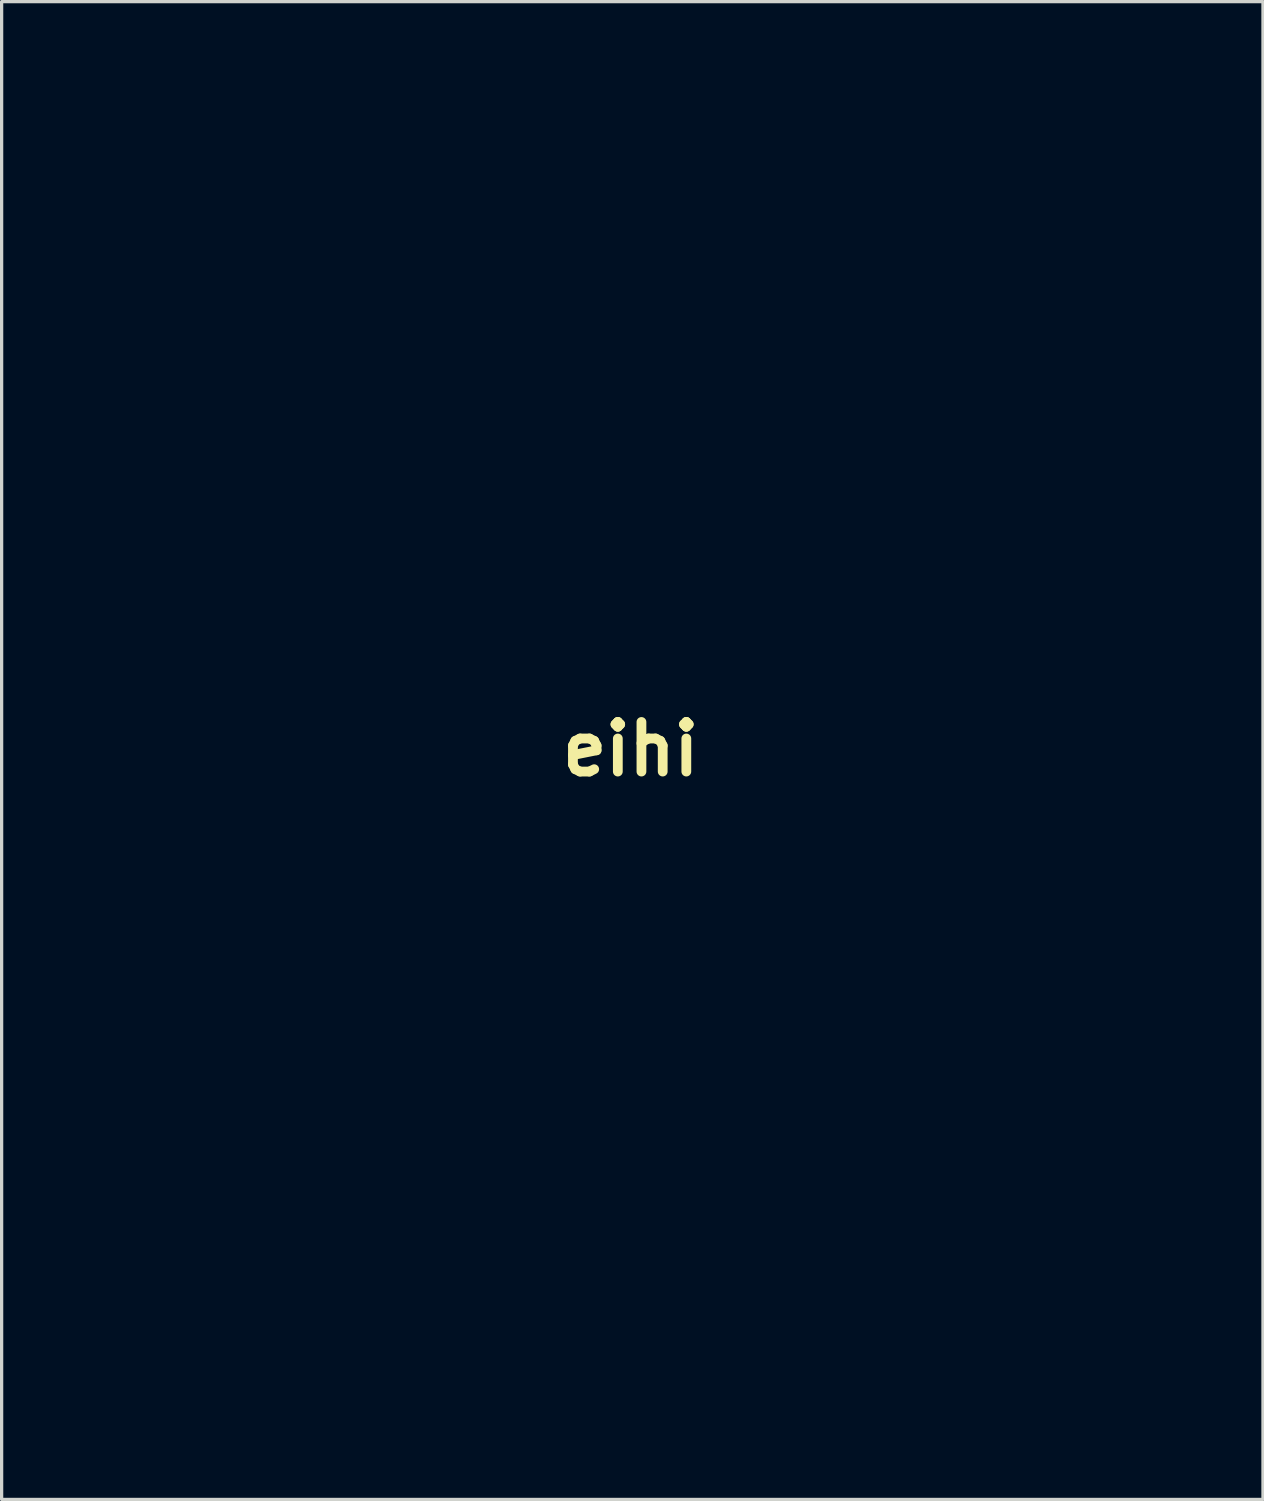
<source format=kicad_pcb>
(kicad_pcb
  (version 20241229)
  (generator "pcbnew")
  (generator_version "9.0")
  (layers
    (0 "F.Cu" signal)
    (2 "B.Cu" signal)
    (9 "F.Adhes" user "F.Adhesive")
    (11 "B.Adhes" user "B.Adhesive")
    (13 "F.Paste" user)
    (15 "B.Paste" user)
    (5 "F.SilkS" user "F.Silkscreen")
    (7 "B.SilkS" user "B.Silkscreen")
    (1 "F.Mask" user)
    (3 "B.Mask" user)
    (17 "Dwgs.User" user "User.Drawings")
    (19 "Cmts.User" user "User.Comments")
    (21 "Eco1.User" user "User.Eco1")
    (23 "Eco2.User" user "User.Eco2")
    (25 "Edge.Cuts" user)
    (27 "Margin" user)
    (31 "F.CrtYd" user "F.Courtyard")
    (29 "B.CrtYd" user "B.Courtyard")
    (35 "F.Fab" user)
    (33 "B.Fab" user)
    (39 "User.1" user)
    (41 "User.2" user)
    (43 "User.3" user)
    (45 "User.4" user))
  (footprint "eihi"
    (layer "F.Cu")
    (at 16.332 19.967)
    (property "Reference" "eihi" (at 0 0 0) (layer "F.SilkS") (effects (font (size 1.524 1.524) (thickness 0.3))))
    (attr through_hole)
    (fp_poly (pts (xy -8.721 -12.996) (xy -8.763 -12.954) (xy -8.805 -12.996) (xy -8.763 -13.039) (xy -8.721 -12.996)) (stroke (width 0.01) (type solid)) (fill no) (layer "Eco2.User"))
    (fp_poly (pts (xy -4.995 -8.34) (xy -5.038 -8.297) (xy -5.08 -8.34) (xy -5.038 -8.382) (xy -4.995 -8.34)) (stroke (width 0.01) (type solid)) (fill no) (layer "Eco2.User"))
    (fp_poly (pts (xy -3.133 -4.53) (xy -3.175 -4.487) (xy -3.217 -4.53) (xy -3.175 -4.572) (xy -3.133 -4.53)) (stroke (width 0.01) (type solid)) (fill no) (layer "Eco2.User"))
    (fp_poly (pts (xy -2.963 -6.308) (xy -3.006 -6.265) (xy -3.048 -6.308) (xy -3.006 -6.35) (xy -2.963 -6.308)) (stroke (width 0.01) (type solid)) (fill no) (layer "Eco2.User"))
    (fp_poly (pts (xy -0.423 -1.482) (xy -0.466 -1.439) (xy -0.508 -1.482) (xy -0.466 -1.524) (xy -0.423 -1.482)) (stroke (width 0.01) (type solid)) (fill no) (layer "Eco2.User"))
    (fp_poly (pts (xy 1.101 -3.26) (xy 1.058 -3.217) (xy 1.016 -3.26) (xy 1.058 -3.302) (xy 1.101 -3.26)) (stroke (width 0.01) (type solid)) (fill no) (layer "Eco2.User"))
    (fp_poly (pts (xy 4.403 -3.683) (xy 4.36 -3.641) (xy 4.318 -3.683) (xy 4.36 -3.725) (xy 4.403 -3.683)) (stroke (width 0.01) (type solid)) (fill no) (layer "Eco2.User"))
    (fp_poly (pts (xy 7.281 -5.63) (xy 7.239 -5.588) (xy 7.197 -5.63) (xy 7.239 -5.673) (xy 7.281 -5.63)) (stroke (width 0.01) (type solid)) (fill no) (layer "Eco2.User"))
    (fp_poly (pts (xy 7.705 3.514) (xy 7.662 3.556) (xy 7.62 3.514) (xy 7.662 3.471) (xy 7.705 3.514)) (stroke (width 0.01) (type solid)) (fill no) (layer "Eco2.User"))
    (fp_poly (pts (xy -7.564 -14.196) (xy -7.553 -14.095) (xy -7.564 -14.083) (xy -7.614 -14.095) (xy -7.62 -14.139) (xy -7.589 -14.209) (xy -7.564 -14.196)) (stroke (width 0.01) (type solid)) (fill no) (layer "Eco2.User"))
    (fp_poly (pts (xy -7.564 -13.18) (xy -7.553 -13.079) (xy -7.564 -13.067) (xy -7.614 -13.079) (xy -7.62 -13.123) (xy -7.589 -13.193) (xy -7.564 -13.18)) (stroke (width 0.01) (type solid)) (fill no) (layer "Eco2.User"))
    (fp_poly (pts (xy -7.394 4.516) (xy -7.384 4.616) (xy -7.394 4.628) (xy -7.445 4.617) (xy -7.451 4.572) (xy -7.42 4.502) (xy -7.394 4.516)) (stroke (width 0.01) (type solid)) (fill no) (layer "Eco2.User"))
    (fp_poly (pts (xy -4.685 4.939) (xy -4.675 5.039) (xy -4.685 5.052) (xy -4.735 5.04) (xy -4.741 4.995) (xy -4.71 4.926) (xy -4.685 4.939)) (stroke (width 0.01) (type solid)) (fill no) (layer "Eco2.User"))
    (fp_poly (pts (xy 3.951 -1.496) (xy 3.939 -1.445) (xy 3.895 -1.439) (xy 3.825 -1.47) (xy 3.838 -1.496) (xy 3.939 -1.506) (xy 3.951 -1.496)) (stroke (width 0.01) (type solid)) (fill no) (layer "Eco2.User"))
    (fp_poly (pts (xy 7.846 3.669) (xy 7.856 3.769) (xy 7.846 3.782) (xy 7.795 3.77) (xy 7.789 3.725) (xy 7.82 3.656) (xy 7.846 3.669)) (stroke (width 0.01) (type solid)) (fill no) (layer "Eco2.User"))
    (fp_poly (pts (xy 8.015 3.923) (xy 8.025 4.023) (xy 8.015 4.036) (xy 7.965 4.024) (xy 7.959 3.979) (xy 7.99 3.91) (xy 8.015 3.923)) (stroke (width 0.01) (type solid)) (fill no) (layer "Eco2.User"))
    (fp_poly (pts (xy 8.523 4.77) (xy 8.533 4.87) (xy 8.523 4.882) (xy 8.473 4.871) (xy 8.467 4.826) (xy 8.498 4.756) (xy 8.523 4.77)) (stroke (width 0.01) (type solid)) (fill no) (layer "Eco2.User"))
    (fp_poly (pts (xy -12.15 5.534) (xy -12.034 5.683) (xy -12.06 5.753) (xy -12.098 5.757) (xy -12.19 5.69) (xy -12.225 5.623) (xy -12.273 5.469) (xy -12.235 5.458) (xy -12.15 5.534)) (stroke (width 0.01) (type solid)) (fill no) (layer "Eco2.User"))
    (fp_poly (pts (xy -4.514 -3.789) (xy -4.5 -3.574) (xy -4.514 -3.493) (xy -4.538 -3.466) (xy -4.552 -3.583) (xy -4.552 -3.641) (xy -4.544 -3.795) (xy -4.522 -3.813) (xy -4.514 -3.789)) (stroke (width 0.01) (type solid)) (fill no) (layer "Eco2.User"))
    (fp_poly (pts (xy -3.759 -3.757) (xy -3.852 -3.641) (xy -3.98 -3.515) (xy -4.048 -3.471) (xy -4.031 -3.524) (xy -3.937 -3.641) (xy -3.81 -3.766) (xy -3.741 -3.81) (xy -3.759 -3.757)) (stroke (width 0.01) (type solid)) (fill no) (layer "Eco2.User"))
    (fp_poly (pts (xy -3.558 -1.46) (xy -3.556 -1.439) (xy -3.62 -1.357) (xy -3.641 -1.355) (xy -3.723 -1.419) (xy -3.725 -1.439) (xy -3.661 -1.522) (xy -3.641 -1.524) (xy -3.558 -1.46)) (stroke (width 0.01) (type solid)) (fill no) (layer "Eco2.User"))
    (fp_poly (pts (xy -3.39 -6.543) (xy -3.387 -6.519) (xy -3.416 -6.437) (xy -3.424 -6.435) (xy -3.496 -6.494) (xy -3.514 -6.519) (xy -3.507 -6.597) (xy -3.476 -6.604) (xy -3.39 -6.543)) (stroke (width 0.01) (type solid)) (fill no) (layer "Eco2.User"))
    (fp_poly (pts (xy -3.335 -7.07) (xy -3.344 -7.027) (xy -3.466 -6.95) (xy -3.524 -6.943) (xy -3.607 -6.985) (xy -3.598 -7.027) (xy -3.476 -7.104) (xy -3.419 -7.112) (xy -3.335 -7.07)) (stroke (width 0.01) (type solid)) (fill no) (layer "Eco2.User"))
    (fp_poly (pts (xy -2.99 -7.227) (xy -3.006 -7.197) (xy -3.085 -7.116) (xy -3.1 -7.112) (xy -3.106 -7.167) (xy -3.09 -7.197) (xy -3.011 -7.278) (xy -2.996 -7.281) (xy -2.99 -7.227)) (stroke (width 0.01) (type solid)) (fill no) (layer "Eco2.User"))
    (fp_poly (pts (xy -2.963 1.228) (xy -2.883 1.304) (xy -2.879 1.317) (xy -2.944 1.354) (xy -2.963 1.355) (xy -3.045 1.29) (xy -3.048 1.265) (xy -2.996 1.214) (xy -2.963 1.228)) (stroke (width 0.01) (type solid)) (fill no) (layer "Eco2.User"))
    (fp_poly (pts (xy -1.357 -3.492) (xy -1.355 -3.471) (xy -1.419 -3.389) (xy -1.439 -3.387) (xy -1.522 -3.451) (xy -1.524 -3.471) (xy -1.46 -3.554) (xy -1.439 -3.556) (xy -1.357 -3.492)) (stroke (width 0.01) (type solid)) (fill no) (layer "Eco2.User"))
    (fp_poly (pts (xy -1.245 2.771) (xy -1.228 2.794) (xy -1.247 2.866) (xy -1.307 2.879) (xy -1.423 2.834) (xy -1.439 2.794) (xy -1.379 2.712) (xy -1.36 2.709) (xy -1.245 2.771)) (stroke (width 0.01) (type solid)) (fill no) (layer "Eco2.User"))
    (fp_poly (pts (xy -0.974 2.933) (xy -0.862 2.993) (xy -0.847 3.015) (xy -0.916 3.044) (xy -0.974 3.048) (xy -1.086 3.004) (xy -1.101 2.966) (xy -1.039 2.919) (xy -0.974 2.933)) (stroke (width 0.01) (type solid)) (fill no) (layer "Eco2.User"))
    (fp_poly (pts (xy 0.07 -7.744) (xy 0.085 -7.705) (xy 0.016 -7.63) (xy -0.042 -7.62) (xy -0.155 -7.666) (xy -0.169 -7.705) (xy -0.101 -7.78) (xy -0.042 -7.789) (xy 0.07 -7.744)) (stroke (width 0.01) (type solid)) (fill no) (layer "Eco2.User"))
    (fp_poly (pts (xy 2.852 -7.745) (xy 2.805 -7.684) (xy 2.681 -7.552) (xy 2.626 -7.552) (xy 2.625 -7.567) (xy 2.683 -7.638) (xy 2.773 -7.715) (xy 2.873 -7.789) (xy 2.852 -7.745)) (stroke (width 0.01) (type solid)) (fill no) (layer "Eco2.User"))
    (fp_poly (pts (xy 3.069 -4.886) (xy 3.109 -4.865) (xy 3.003 -4.852) (xy 2.879 -4.849) (xy 2.696 -4.856) (xy 2.645 -4.873) (xy 2.688 -4.886) (xy 2.935 -4.9) (xy 3.069 -4.886)) (stroke (width 0.01) (type solid)) (fill no) (layer "Eco2.User"))
    (fp_poly (pts (xy 3.099 1.228) (xy 3.09 1.27) (xy 2.968 1.347) (xy 2.911 1.355) (xy 2.827 1.312) (xy 2.836 1.27) (xy 2.958 1.193) (xy 3.016 1.185) (xy 3.099 1.228)) (stroke (width 0.01) (type solid)) (fill no) (layer "Eco2.User"))
    (fp_poly (pts (xy 3.275 -8.073) (xy 3.26 -8.043) (xy 3.18 -7.962) (xy 3.165 -7.959) (xy 3.159 -8.013) (xy 3.175 -8.043) (xy 3.255 -8.124) (xy 3.27 -8.128) (xy 3.275 -8.073)) (stroke (width 0.01) (type solid)) (fill no) (layer "Eco2.User"))
    (fp_poly (pts (xy 3.541 -5.012) (xy 3.556 -4.953) (xy 3.504 -4.836) (xy 3.387 -4.857) (xy 3.358 -4.882) (xy 3.305 -5.006) (xy 3.393 -5.077) (xy 3.429 -5.08) (xy 3.541 -5.012)) (stroke (width 0.01) (type solid)) (fill no) (layer "Eco2.User"))
    (fp_poly (pts (xy 3.742 -0.032) (xy 3.766 0.047) (xy 3.713 0.094) (xy 3.544 0.161) (xy 3.416 0.147) (xy 3.387 0.094) (xy 3.456 0.000036) (xy 3.605 -0.052) (xy 3.742 -0.032)) (stroke (width 0.01) (type solid)) (fill no) (layer "Eco2.User"))
    (fp_poly (pts (xy 8.222 4.292) (xy 8.297 4.403) (xy 8.361 4.553) (xy 8.364 4.618) (xy 8.303 4.581) (xy 8.225 4.475) (xy 8.157 4.327) (xy 8.158 4.26) (xy 8.222 4.292)) (stroke (width 0.01) (type solid)) (fill no) (layer "Eco2.User"))
    (fp_poly (pts (xy 1.857 -4.872) (xy 1.943 -4.757) (xy 1.865 -4.63) (xy 1.77 -4.568) (xy 1.644 -4.515) (xy 1.628 -4.577) (xy 1.654 -4.671) (xy 1.718 -4.852) (xy 1.776 -4.906) (xy 1.857 -4.872)) (stroke (width 0.01) (type solid)) (fill no) (layer "Eco2.User"))
    (fp_poly (pts (xy -3.263 -4.35) (xy -3.346 -4.226) (xy -3.468 -4.077) (xy -3.591 -3.952) (xy -3.672 -3.899) (xy -3.687 -3.949) (xy -3.63 -4.043) (xy -3.413 -4.295) (xy -3.277 -4.4) (xy -3.259 -4.403) (xy -3.263 -4.35)) (stroke (width 0.01) (type solid)) (fill no) (layer "Eco2.User"))
    (fp_poly (pts (xy -2.452 -7.534) (xy -2.652 -7.378) (xy -2.796 -7.294) (xy -2.86 -7.291) (xy -2.818 -7.379) (xy -2.795 -7.407) (xy -2.648 -7.529) (xy -2.435 -7.654) (xy -2.425 -7.659) (xy -2.159 -7.786) (xy -2.452 -7.534)) (stroke (width 0.01) (type solid)) (fill no) (layer "Eco2.User"))
    (fp_poly (pts (xy 2.029 -5.694) (xy 2.029 -5.673) (xy 1.985 -5.491) (xy 1.947 -5.419) (xy 1.881 -5.334) (xy 1.865 -5.397) (xy 1.865 -5.419) (xy 1.91 -5.6) (xy 1.947 -5.673) (xy 2.013 -5.757) (xy 2.029 -5.694)) (stroke (width 0.01) (type solid)) (fill no) (layer "Eco2.User"))
    (fp_poly (pts (xy 5.814 -0.496) (xy 5.841 -0.445) (xy 5.772 -0.37) (xy 5.612 -0.276) (xy 5.429 -0.197) (xy 5.304 -0.169) (xy 5.293 -0.221) (xy 5.376 -0.339) (xy 5.526 -0.45) (xy 5.691 -0.507) (xy 5.814 -0.496)) (stroke (width 0.01) (type solid)) (fill no) (layer "Eco2.User"))
    (fp_poly (pts (xy -11.68 4.73) (xy -11.549 4.865) (xy -11.48 4.951) (xy -11.33 5.157) (xy -11.291 5.237) (xy -11.363 5.188) (xy -11.542 5.011) (xy -11.556 4.996) (xy -11.696 4.83) (xy -11.757 4.717) (xy -11.753 4.698) (xy -11.68 4.73)) (stroke (width 0.01) (type solid)) (fill no) (layer "Eco2.User"))
    (fp_poly (pts (xy 0.901 -2.916) (xy 0.811 -2.748) (xy 0.68 -2.548) (xy 0.542 -2.368) (xy 0.451 -2.274) (xy 0.42 -2.276) (xy 0.473 -2.392) (xy 0.6 -2.597) (xy 0.754 -2.819) (xy 0.871 -2.966) (xy 0.92 -3.003) (xy 0.901 -2.916)) (stroke (width 0.01) (type solid)) (fill no) (layer "Eco2.User"))
    (fp_poly (pts (xy 7.134 -2.847) (xy 7.227 -2.615) (xy 7.278 -2.436) (xy 7.281 -2.403) (xy 7.223 -2.305) (xy 7.099 -2.296) (xy 6.99 -2.377) (xy 6.977 -2.404) (xy 6.954 -2.562) (xy 6.956 -2.8) (xy 6.959 -2.849) (xy 6.987 -3.175) (xy 7.134 -2.847)) (stroke (width 0.01) (type solid)) (fill no) (layer "Eco2.User"))
    (fp_poly (pts (xy -7.575 5.428) (xy -7.564 5.597) (xy -7.576 5.914) (xy -7.585 6.054) (xy -7.619 6.459) (xy -7.652 6.736) (xy -7.682 6.871) (xy -7.707 6.854) (xy -7.714 6.809) (xy -7.723 6.596) (xy -7.715 6.303) (xy -7.694 5.984) (xy -7.665 5.693) (xy -7.631 5.484) (xy -7.609 5.419) (xy -7.575 5.428)) (stroke (width 0.01) (type solid)) (fill no) (layer "Eco2.User"))
    (fp_poly (pts (xy 2.267 -6.688) (xy 2.411 -6.537) (xy 2.624 -6.264) (xy 2.625 -6.264) (xy 2.82 -6.01) (xy 3.017 -5.763) (xy 3.037 -5.739) (xy 3.18 -5.556) (xy 3.209 -5.489) (xy 3.131 -5.535) (xy 2.951 -5.69) (xy 2.675 -5.95) (xy 2.588 -6.034) (xy 2.292 -6.337) (xy 2.124 -6.546) (xy 2.077 -6.669) (xy 2.09 -6.696) (xy 2.167 -6.734) (xy 2.267 -6.688)) (stroke (width 0.01) (type solid)) (fill no) (layer "Eco2.User"))
    (fp_poly (pts (xy 10.476 5.658) (xy 10.609 5.843) (xy 10.77 6.107) (xy 10.942 6.413) (xy 11.103 6.724) (xy 11.234 7.004) (xy 11.316 7.217) (xy 11.329 7.325) (xy 11.327 7.328) (xy 11.268 7.287) (xy 11.169 7.143) (xy 11.162 7.131) (xy 10.92 6.699) (xy 10.709 6.307) (xy 10.542 5.978) (xy 10.43 5.736) (xy 10.386 5.605) (xy 10.392 5.588) (xy 10.476 5.658)) (stroke (width 0.01) (type solid)) (fill no) (layer "Eco2.User"))
    (fp_poly (pts (xy 1.137 2.988) (xy 0.981 3.092) (xy 0.779 3.196) (xy 0.483 3.304) (xy 0.169 3.369) (xy -0.114 3.385) (xy -0.318 3.35) (xy -0.381 3.302) (xy -0.5 3.231) (xy -0.598 3.217) (xy -0.732 3.177) (xy -0.762 3.124) (xy -0.7 3.07) (xy -0.614 3.09) (xy -0.291 3.209) (xy -0.034 3.263) (xy 0.214 3.248) (xy 0.506 3.161) (xy 0.868 3.013) (xy 1.089 2.932) (xy 1.176 2.929) (xy 1.137 2.988)) (stroke (width 0.01) (type solid)) (fill no) (layer "Eco2.User"))
    (fp_poly (pts (xy 5.067 -0.785) (xy 4.998 -0.622) (xy 4.866 -0.388) (xy 4.691 -0.114) (xy 4.494 0.169) (xy 4.296 0.429) (xy 4.118 0.635) (xy 3.993 0.748) (xy 3.742 0.915) (xy 3.603 0.991) (xy 3.556 0.984) (xy 3.556 0.979) (xy 3.61 0.897) (xy 3.751 0.736) (xy 3.895 0.583) (xy 4.111 0.331) (xy 4.221 0.138) (xy 4.218 0.024) (xy 4.149 0) (xy 4.066 -0.064) (xy 4.064 -0.085) (xy 4.132 -0.16) (xy 4.187 -0.169) (xy 4.313 -0.224) (xy 4.507 -0.366) (xy 4.667 -0.508) (xy 4.863 -0.69) (xy 5.004 -0.813) (xy 5.051 -0.847) (xy 5.067 -0.785)) (stroke (width 0.01) (type solid)) (fill no) (layer "Eco2.User"))
    (fp_poly (pts (xy -5.082 -0.933) (xy -4.952 -0.815) (xy -4.804 -0.661) (xy -4.564 -0.439) (xy -4.329 -0.273) (xy -4.184 -0.21) (xy -3.915 -0.132) (xy -3.693 -0.034) (xy -3.568 0.061) (xy -3.556 0.091) (xy -3.624 0.123) (xy -3.725 0.109) (xy -3.863 0.042) (xy -3.895 -0.01) (xy -3.951 -0.08) (xy -4.103 -0.029) (xy -4.136 -0.009) (xy -4.194 0.117) (xy -4.117 0.326) (xy -3.91 0.606) (xy -3.826 0.699) (xy -3.701 0.859) (xy -3.703 0.925) (xy -3.815 0.889) (xy -4.014 0.753) (xy -4.181 0.584) (xy -4.397 0.315) (xy -4.63 -0.008) (xy -4.848 -0.339) (xy -5.021 -0.633) (xy -5.116 -0.844) (xy -5.117 -0.847) (xy -5.132 -0.941) (xy -5.082 -0.933)) (stroke (width 0.01) (type solid)) (fill no) (layer "Eco2.User"))
    (fp_poly (pts (xy 11.381 -16.933) (xy 11.761 -16.905) (xy 12.029 -16.833) (xy 12.204 -16.697) (xy 12.305 -16.479) (xy 12.35 -16.159) (xy 12.358 -15.718) (xy 12.348 -15.137) (xy 12.342 -14.767) (xy 12.332 -14.228) (xy 12.317 -13.781) (xy 12.299 -13.444) (xy 12.279 -13.235) (xy 12.257 -13.172) (xy 12.251 -13.183) (xy 12.115 -13.461) (xy 11.888 -13.823) (xy 11.598 -14.232) (xy 11.27 -14.652) (xy 10.933 -15.044) (xy 10.746 -15.243) (xy 10.471 -15.514) (xy 10.879 -15.514) (xy 10.957 -15.455) (xy 11.156 -15.503) (xy 11.382 -15.544) (xy 11.663 -15.54) (xy 11.719 -15.533) (xy 12.065 -15.481) (xy 12.065 -16.59) (xy 11.684 -16.581) (xy 11.41 -16.582) (xy 11.184 -16.597) (xy 11.134 -16.604) (xy 11.032 -16.607) (xy 10.988 -16.536) (xy 10.985 -16.352) (xy 10.992 -16.241) (xy 10.99 -15.966) (xy 10.954 -15.739) (xy 10.931 -15.681) (xy 10.879 -15.514) (xy 10.471 -15.514) (xy 10.326 -15.657) (xy 9.971 -15.975) (xy 9.638 -16.231) (xy 9.283 -16.459) (xy 8.957 -16.642) (xy 8.424 -16.929) (xy 10.209 -16.931) (xy 10.869 -16.935) (xy 11.381 -16.933)) (stroke (width 0.01) (type solid)) (fill no) (layer "Eco2.User"))
    (fp_poly (pts (xy 12.36 14.865) (xy 12.364 15.516) (xy 12.362 16.02) (xy 12.336 16.396) (xy 12.266 16.663) (xy 12.133 16.841) (xy 11.919 16.947) (xy 11.605 17.002) (xy 11.171 17.022) (xy 10.598 17.029) (xy 10.181 17.033) (xy 9.65 17.039) (xy 9.181 17.04) (xy 8.798 17.037) (xy 8.527 17.03) (xy 8.392 17.019) (xy 8.382 17.014) (xy 8.453 16.958) (xy 8.629 16.879) (xy 8.681 16.859) (xy 9.105 16.655) (xy 10.949 16.655) (xy 11.533 16.649) (xy 11.839 16.644) (xy 12.009 16.626) (xy 12.077 16.582) (xy 12.076 16.497) (xy 12.059 16.429) (xy 12.017 16.24) (xy 12.017 16.079) (xy 12.061 15.857) (xy 12.071 15.813) (xy 12.126 15.582) (xy 11.672 15.6) (xy 11.394 15.603) (xy 11.175 15.591) (xy 11.1 15.577) (xy 11.033 15.591) (xy 10.992 15.708) (xy 10.97 15.956) (xy 10.965 16.096) (xy 10.949 16.655) (xy 9.105 16.655) (xy 9.197 16.61) (xy 9.754 16.232) (xy 10.326 15.75) (xy 10.886 15.191) (xy 11.407 14.581) (xy 11.862 13.945) (xy 12.106 13.539) (xy 12.358 13.081) (xy 12.36 14.865)) (stroke (width 0.01) (type solid)) (fill no) (layer "Eco2.User"))
    (fp_poly (pts (xy -12.111 13.399) (xy -11.718 14.064) (xy -11.213 14.735) (xy -10.627 15.378) (xy -9.995 15.959) (xy -9.352 16.444) (xy -8.784 16.772) (xy -8.559 16.893) (xy -8.413 16.994) (xy -8.382 17.035) (xy -8.438 17.085) (xy -8.445 17.083) (xy -8.546 17.076) (xy -8.789 17.068) (xy -9.148 17.059) (xy -9.597 17.049) (xy -10.108 17.041) (xy -10.199 17.039) (xy -10.837 17.033) (xy -11.33 17.022) (xy -11.696 16.988) (xy -11.954 16.911) (xy -12.123 16.771) (xy -12.171 16.662) (xy -11.974 16.662) (xy -11.898 16.738) (xy -11.773 16.709) (xy -11.586 16.66) (xy -11.43 16.646) (xy -11.185 16.669) (xy -11.04 16.705) (xy -10.947 16.728) (xy -10.894 16.692) (xy -10.871 16.565) (xy -10.866 16.315) (xy -10.867 16.173) (xy -10.873 15.864) (xy -10.892 15.692) (xy -10.934 15.623) (xy -11.011 15.626) (xy -11.045 15.636) (xy -11.284 15.687) (xy -11.541 15.664) (xy -11.718 15.621) (xy -11.964 15.554) (xy -11.915 15.917) (xy -11.901 16.191) (xy -11.926 16.425) (xy -11.939 16.471) (xy -11.974 16.662) (xy -12.171 16.662) (xy -12.221 16.549) (xy -12.267 16.226) (xy -12.279 15.781) (xy -12.275 15.197) (xy -12.273 14.865) (xy -12.27 13.081) (xy -12.111 13.399)) (stroke (width 0.01) (type solid)) (fill no) (layer "Eco2.User"))
    (fp_poly (pts (xy -10.454 -16.933) (xy -10.136 -16.931) (xy -8.34 -16.929) (xy -8.873 -16.642) (xy -9.788 -16.053) (xy -10.625 -15.318) (xy -10.799 -15.136) (xy -11.071 -14.823) (xy -11.358 -14.458) (xy -11.635 -14.078) (xy -11.876 -13.72) (xy -12.055 -13.421) (xy -12.143 -13.229) (xy -12.223 -13.081) (xy -12.292 -13.039) (xy -12.343 -13.107) (xy -12.33 -13.229) (xy -12.314 -13.372) (xy -12.299 -13.654) (xy -12.288 -14.044) (xy -12.281 -14.511) (xy -12.278 -14.991) (xy -12.28 -15.588) (xy -12.279 -15.797) (xy -11.905 -15.797) (xy -11.894 -15.613) (xy -11.881 -15.563) (xy -11.789 -15.547) (xy -11.608 -15.589) (xy -11.591 -15.594) (xy -11.315 -15.64) (xy -11.114 -15.585) (xy -10.902 -15.533) (xy -10.8 -15.607) (xy -10.819 -15.794) (xy -10.847 -15.862) (xy -10.907 -16.088) (xy -10.847 -16.311) (xy -10.792 -16.533) (xy -10.864 -16.649) (xy -11.046 -16.644) (xy -11.131 -16.611) (xy -11.41 -16.56) (xy -11.568 -16.599) (xy -11.746 -16.645) (xy -11.842 -16.634) (xy -11.869 -16.53) (xy -11.891 -16.315) (xy -11.903 -16.051) (xy -11.905 -15.797) (xy -12.279 -15.797) (xy -12.277 -16.049) (xy -12.247 -16.391) (xy -12.173 -16.633) (xy -12.034 -16.79) (xy -11.812 -16.882) (xy -11.488 -16.924) (xy -11.042 -16.936) (xy -10.454 -16.933)) (stroke (width 0.01) (type solid)) (fill no) (layer "Eco2.User"))
    (fp_poly (pts (xy 2.939 -3.321) (xy 3.41 -3.138) (xy 3.881 -2.858) (xy 4.215 -2.59) (xy 4.465 -2.37) (xy 4.681 -2.196) (xy 4.824 -2.101) (xy 4.837 -2.096) (xy 4.936 -1.99) (xy 4.932 -1.825) (xy 4.893 -1.677) (xy 4.84 -1.68) (xy 4.784 -1.75) (xy 4.697 -1.844) (xy 4.601 -1.837) (xy 4.458 -1.752) (xy 4.249 -1.64) (xy 4.105 -1.61) (xy 4.064 -1.652) (xy 4.104 -1.75) (xy 4.168 -1.862) (xy 4.226 -2.015) (xy 4.152 -2.149) (xy 4.126 -2.176) (xy 4.011 -2.271) (xy 3.927 -2.24) (xy 3.847 -2.135) (xy 3.692 -1.998) (xy 3.512 -1.946) (xy 3.364 -1.981) (xy 3.302 -2.107) (xy 3.302 -2.108) (xy 3.361 -2.265) (xy 3.429 -2.317) (xy 3.546 -2.411) (xy 3.517 -2.506) (xy 3.387 -2.54) (xy 3.248 -2.486) (xy 3.217 -2.412) (xy 3.151 -2.315) (xy 2.985 -2.3) (xy 2.736 -2.276) (xy 2.567 -2.217) (xy 2.291 -2.12) (xy 2.09 -2.159) (xy 1.982 -2.328) (xy 1.891 -2.494) (xy 1.761 -2.538) (xy 1.651 -2.455) (xy 1.557 -2.369) (xy 1.491 -2.434) (xy 1.468 -2.635) (xy 1.469 -2.682) (xy 1.494 -2.878) (xy 1.576 -3.01) (xy 1.757 -3.132) (xy 1.863 -3.187) (xy 2.147 -3.305) (xy 2.421 -3.375) (xy 2.516 -3.384) (xy 2.939 -3.321)) (stroke (width 0.01) (type solid)) (fill no) (layer "Eco2.User"))
    (fp_poly (pts (xy 0.821 -6.912) (xy 0.803 -6.823) (xy 0.652 -6.68) (xy 0.387 -6.497) (xy 0.028 -6.29) (xy -0.092 -6.227) (xy -0.379 -6.074) (xy -0.558 -5.948) (xy -0.671 -5.801) (xy -0.761 -5.582) (xy -0.833 -5.359) (xy -0.923 -5.061) (xy -0.989 -4.823) (xy -1.016 -4.695) (xy -1.016 -4.692) (xy -1.062 -4.559) (xy -1.129 -4.449) (xy -1.223 -4.349) (xy -1.278 -4.389) (xy -1.291 -4.42) (xy -1.396 -4.513) (xy -1.608 -4.608) (xy -1.749 -4.651) (xy -2.063 -4.737) (xy -2.278 -4.808) (xy -2.376 -4.855) (xy -2.341 -4.871) (xy -2.201 -4.856) (xy -1.898 -4.796) (xy -1.622 -4.724) (xy -1.411 -4.682) (xy -1.273 -4.725) (xy -1.193 -4.875) (xy -1.156 -5.155) (xy -1.148 -5.439) (xy -1.143 -6.054) (xy -1.493 -6.079) (xy -1.72 -6.08) (xy -1.879 -6.02) (xy -2.041 -5.863) (xy -2.106 -5.786) (xy -2.301 -5.521) (xy -2.47 -5.245) (xy -2.509 -5.168) (xy -2.676 -4.882) (xy -2.84 -4.753) (xy -2.9 -4.743) (xy -2.961 -4.79) (xy -2.894 -4.931) (xy -2.77 -5.081) (xy -2.477 -5.431) (xy -2.29 -5.722) (xy -2.215 -5.938) (xy -2.256 -6.066) (xy -2.366 -6.096) (xy -2.528 -6.135) (xy -2.582 -6.181) (xy -2.527 -6.22) (xy -2.31 -6.247) (xy -1.939 -6.262) (xy -1.618 -6.265) (xy -1.196 -6.273) (xy -0.816 -6.294) (xy -0.522 -6.326) (xy -0.364 -6.361) (xy -0.004 -6.51) (xy 0.251 -6.631) (xy 0.457 -6.75) (xy 0.534 -6.801) (xy 0.707 -6.896) (xy 0.815 -6.916) (xy 0.821 -6.912)) (stroke (width 0.01) (type solid)) (fill no) (layer "Eco2.User"))
    (fp_poly (pts (xy 7.966 -15.079) (xy 8.779 -14.931) (xy 9.546 -14.696) (xy 10.234 -14.384) (xy 10.816 -14.002) (xy 11.174 -13.663) (xy 11.359 -13.433) (xy 11.414 -13.309) (xy 11.337 -13.29) (xy 11.126 -13.374) (xy 11.028 -13.422) (xy 10.431 -13.637) (xy 9.806 -13.69) (xy 9.172 -13.583) (xy 8.543 -13.316) (xy 8.289 -13.16) (xy 8.028 -12.995) (xy 7.855 -12.92) (xy 7.721 -12.919) (xy 7.641 -12.948) (xy 7.458 -12.994) (xy 7.168 -13.026) (xy 6.834 -13.038) (xy 6.833 -13.038) (xy 6.171 -12.956) (xy 5.56 -12.718) (xy 5.018 -12.336) (xy 4.561 -11.818) (xy 4.385 -11.538) (xy 4.226 -11.281) (xy 4.097 -11.144) (xy 3.96 -11.095) (xy 3.897 -11.091) (xy 3.693 -11.127) (xy 3.577 -11.197) (xy 3.536 -11.36) (xy 3.561 -11.472) (xy 3.635 -11.835) (xy 3.554 -12.151) (xy 3.417 -12.323) (xy 3.169 -12.482) (xy 2.93 -12.52) (xy 2.739 -12.446) (xy 2.634 -12.266) (xy 2.625 -12.175) (xy 2.678 -12.05) (xy 2.794 -12.032) (xy 2.906 -12.117) (xy 2.939 -12.192) (xy 3.025 -12.34) (xy 3.153 -12.328) (xy 3.269 -12.213) (xy 3.373 -11.948) (xy 3.348 -11.649) (xy 3.231 -11.425) (xy 3.125 -11.315) (xy 3.005 -11.271) (xy 2.814 -11.28) (xy 2.623 -11.31) (xy 2.338 -11.375) (xy 2.165 -11.466) (xy 2.047 -11.616) (xy 2.033 -11.642) (xy 1.861 -11.866) (xy 1.636 -12.059) (xy 1.627 -12.065) (xy 1.452 -12.206) (xy 1.361 -12.335) (xy 1.358 -12.353) (xy 1.414 -12.457) (xy 1.569 -12.649) (xy 1.798 -12.9) (xy 2.053 -13.16) (xy 2.817 -13.801) (xy 3.679 -14.317) (xy 4.647 -14.711) (xy 5.73 -14.986) (xy 6.315 -15.08) (xy 7.134 -15.132) (xy 7.966 -15.079)) (stroke (width 0.01) (type solid)) (fill no) (layer "Eco2.User"))
    (fp_poly (pts (xy -2.177 -3.363) (xy -1.899 -3.304) (xy -1.633 -3.227) (xy -1.444 -3.151) (xy -1.411 -3.128) (xy -1.396 -3.025) (xy -1.451 -2.86) (xy -1.544 -2.695) (xy -1.643 -2.59) (xy -1.697 -2.585) (xy -1.762 -2.558) (xy -1.778 -2.47) (xy -1.705 -2.315) (xy -1.609 -2.261) (xy -1.467 -2.182) (xy -1.454 -2.087) (xy -1.573 -2.033) (xy -1.602 -2.032) (xy -1.824 -2.002) (xy -1.912 -1.975) (xy -2.012 -1.958) (xy -1.991 -2.03) (xy -1.976 -2.102) (xy -2.087 -2.099) (xy -2.146 -2.085) (xy -2.325 -2.086) (xy -2.377 -2.182) (xy -2.285 -2.338) (xy -2.282 -2.34) (xy -2.252 -2.453) (xy -2.32 -2.533) (xy -2.435 -2.586) (xy -2.553 -2.51) (xy -2.596 -2.462) (xy -2.747 -2.33) (xy -2.859 -2.286) (xy -2.991 -2.232) (xy -3.17 -2.1) (xy -3.199 -2.074) (xy -3.385 -1.916) (xy -3.505 -1.878) (xy -3.608 -1.956) (xy -3.673 -2.043) (xy -3.822 -2.17) (xy -3.932 -2.173) (xy -4.045 -2.06) (xy -4.05 -1.907) (xy -3.979 -1.82) (xy -3.898 -1.712) (xy -3.895 -1.688) (xy -3.953 -1.615) (xy -4.084 -1.63) (xy -4.223 -1.724) (xy -4.237 -1.74) (xy -4.4 -1.832) (xy -4.562 -1.846) (xy -4.7 -1.848) (xy -4.777 -1.923) (xy -4.828 -2.115) (xy -4.842 -2.19) (xy -4.845 -2.598) (xy -4.695 -2.944) (xy -4.434 -3.211) (xy -4.25 -3.335) (xy -4.176 -3.337) (xy -4.215 -3.225) (xy -4.368 -3.005) (xy -4.381 -2.988) (xy -4.614 -2.649) (xy -4.717 -2.404) (xy -4.701 -2.265) (xy -4.575 -2.243) (xy -4.351 -2.349) (xy -4.039 -2.594) (xy -4.022 -2.61) (xy -3.631 -2.912) (xy -3.198 -3.158) (xy -2.771 -3.324) (xy -2.404 -3.387) (xy -2.398 -3.387) (xy -2.177 -3.363)) (stroke (width 0.01) (type solid)) (fill no) (layer "Eco2.User"))
    (fp_poly (pts (xy -7.799 -19.946) (xy -7.46 -19.899) (xy -7.019 -19.821) (xy -6.456 -19.708) (xy -5.757 -19.56) (xy -5.15 -19.43) (xy -4.504 -19.292) (xy -3.874 -19.158) (xy -3.314 -19.039) (xy -2.963 -18.964) (xy -2.457 -18.857) (xy -1.927 -18.743) (xy -1.438 -18.636) (xy -1.057 -18.552) (xy -0.659 -18.465) (xy -0.162 -18.36) (xy 0.366 -18.251) (xy 0.791 -18.165) (xy 1.876 -17.949) (xy 6.743 -17.949) (xy 7.951 -17.948) (xy 8.994 -17.943) (xy 9.877 -17.936) (xy 10.602 -17.925) (xy 11.176 -17.91) (xy 11.602 -17.893) (xy 11.884 -17.872) (xy 12.006 -17.853) (xy 12.503 -17.659) (xy 12.887 -17.343) (xy 13.161 -16.903) (xy 13.328 -16.333) (xy 13.371 -16.006) (xy 13.42 -15.459) (xy 14.369 -15.269) (xy 14.885 -15.158) (xy 15.269 -15.054) (xy 15.553 -14.944) (xy 15.773 -14.812) (xy 15.962 -14.644) (xy 16.013 -14.591) (xy 16.142 -14.448) (xy 16.247 -14.312) (xy 16.329 -14.167) (xy 16.385 -14) (xy 16.415 -13.795) (xy 16.418 -13.539) (xy 16.392 -13.217) (xy 16.337 -12.814) (xy 16.251 -12.316) (xy 16.133 -11.708) (xy 15.983 -10.975) (xy 15.798 -10.104) (xy 15.62 -9.271) (xy 15.536 -8.875) (xy 15.427 -8.362) (xy 15.303 -7.781) (xy 15.177 -7.18) (xy 15.082 -6.731) (xy 14.947 -6.093) (xy 14.797 -5.383) (xy 14.645 -4.667) (xy 14.506 -4.011) (xy 14.436 -3.683) (xy 14.329 -3.18) (xy 14.23 -2.707) (xy 14.145 -2.299) (xy 14.082 -1.995) (xy 14.056 -1.863) (xy 14.013 -1.649) (xy 13.94 -1.308) (xy 13.847 -0.879) (xy 13.742 -0.4) (xy 13.681 -0.127) (xy 13.379 1.228) (xy 13.377 8.805) (xy 13.376 10.14) (xy 13.376 11.315) (xy 13.374 12.344) (xy 13.371 13.235) (xy 13.366 14.001) (xy 13.359 14.652) (xy 13.349 15.2) (xy 13.335 15.654) (xy 13.318 16.026) (xy 13.297 16.327) (xy 13.271 16.567) (xy 13.239 16.759) (xy 13.202 16.911) (xy 13.159 17.036) (xy 13.109 17.145) (xy 13.052 17.247) (xy 12.998 17.337) (xy 12.81 17.579) (xy 12.56 17.759) (xy 12.226 17.886) (xy 11.782 17.967) (xy 11.204 18.012) (xy 10.952 18.021) (xy 9.839 18.05) (xy 9.736 18.444) (xy 9.594 18.907) (xy 9.428 19.256) (xy 9.211 19.546) (xy 9.141 19.62) (xy 8.837 19.863) (xy 8.485 20.004) (xy 8.058 20.047) (xy 7.527 19.998) (xy 7.197 19.937) (xy 6.815 19.857) (xy 6.414 19.773) (xy 6.181 19.725) (xy 5.843 19.654) (xy 5.512 19.583) (xy 5.376 19.553) (xy 4.828 19.432) (xy 4.16 19.286) (xy 3.411 19.125) (xy 2.621 18.956) (xy 1.828 18.787) (xy 1.07 18.628) (xy 0.387 18.485) (xy -0.183 18.368) (xy -0.347 18.334) (xy -1.546 18.093) (xy 0.568 18.093) (xy 0.688 18.136) (xy 0.768 18.155) (xy 1.077 18.223) (xy 1.513 18.316) (xy 2.038 18.427) (xy 2.614 18.549) (xy 3.2 18.671) (xy 3.344 18.701) (xy 3.828 18.803) (xy 4.369 18.918) (xy 4.869 19.025) (xy 4.995 19.053) (xy 5.396 19.139) (xy 5.78 19.222) (xy 6.088 19.288) (xy 6.181 19.308) (xy 6.485 19.373) (xy 6.852 19.455) (xy 7.07 19.504) (xy 7.681 19.613) (xy 8.168 19.626) (xy 8.547 19.544) (xy 8.729 19.449) (xy 9.039 19.141) (xy 9.259 18.699) (xy 9.349 18.345) (xy 9.379 18.137) (xy 9.352 18.051) (xy 9.248 18.044) (xy 9.215 18.049) (xy 9.077 18.11) (xy 8.975 18.274) (xy 8.913 18.463) (xy 8.742 18.872) (xy 8.501 19.15) (xy 8.261 19.268) (xy 8.119 19.266) (xy 7.84 19.232) (xy 7.454 19.171) (xy 6.99 19.086) (xy 6.477 18.983) (xy 6.422 18.972) (xy 5.736 18.826) (xy 5.2 18.709) (xy 4.795 18.616) (xy 4.505 18.544) (xy 4.313 18.487) (xy 4.201 18.441) (xy 4.154 18.401) (xy 4.149 18.383) (xy 4.224 18.328) (xy 4.419 18.256) (xy 4.636 18.196) (xy 4.777 18.159) (xy 4.859 18.13) (xy 4.866 18.108) (xy 4.785 18.09) (xy 4.599 18.076) (xy 4.295 18.064) (xy 3.858 18.053) (xy 3.272 18.04) (xy 2.963 18.034) (xy 2.17 18.021) (xy 1.54 18.017) (xy 1.07 18.022) (xy 0.755 18.036) (xy 0.589 18.059) (xy 0.568 18.093) (xy -1.546 18.093) (xy -1.838 18.034) (xy -6.747 18.034) (xy -7.844 18.034) (xy -8.786 18.032) (xy -9.584 18.028) (xy -10.253 18.02) (xy -10.806 18.008) (xy -11.256 17.99) (xy -11.617 17.965) (xy -11.902 17.933) (xy -12.124 17.891) (xy -12.297 17.84) (xy -12.433 17.777) (xy -12.547 17.703) (xy -12.651 17.615) (xy -12.718 17.552) (xy -13.019 17.159) (xy -13.183 16.68) (xy -13.218 16.254) (xy -13.229 15.975) (xy -13.256 15.759) (xy -13.281 15.682) (xy -13.387 15.622) (xy -13.621 15.544) (xy -13.943 15.459) (xy -14.187 15.406) (xy -14.585 15.317) (xy -14.957 15.221) (xy -15.247 15.134) (xy -15.349 15.095) (xy -15.693 14.883) (xy -16 14.581) (xy -16.223 14.24) (xy -16.307 13.996) (xy -16.327 13.679) (xy -16.316 13.503) (xy -15.943 13.503) (xy -15.943 13.771) (xy -15.909 13.98) (xy -15.843 14.149) (xy -15.746 14.294) (xy -15.618 14.433) (xy -15.457 14.574) (xy -15.274 14.68) (xy -15.026 14.77) (xy -14.67 14.862) (xy -14.505 14.899) (xy -14.145 14.98) (xy -13.845 15.049) (xy -13.646 15.097) (xy -13.589 15.112) (xy -13.362 15.141) (xy -13.245 15.063) (xy -13.234 14.949) (xy -13.352 14.842) (xy -13.612 14.736) (xy -14.025 14.626) (xy -14.26 14.573) (xy -14.791 14.439) (xy -15.17 14.288) (xy -15.416 14.107) (xy -15.546 13.882) (xy -15.579 13.645) (xy -15.562 13.467) (xy -15.516 13.165) (xy -15.448 12.768) (xy -15.362 12.306) (xy -15.265 11.809) (xy -15.162 11.307) (xy -15.061 10.829) (xy -14.967 10.405) (xy -14.886 10.064) (xy -14.824 9.838) (xy -14.792 9.759) (xy -14.682 9.689) (xy -14.597 9.765) (xy -14.563 9.962) (xy -14.531 10.21) (xy -14.445 10.541) (xy -14.316 10.926) (xy -14.157 11.339) (xy -13.981 11.751) (xy -13.8 12.133) (xy -13.626 12.458) (xy -13.472 12.697) (xy -13.351 12.822) (xy -13.294 12.828) (xy -13.261 12.714) (xy -13.294 12.482) (xy -13.386 12.164) (xy -13.527 11.791) (xy -13.612 11.599) (xy -14.006 10.565) (xy -14.249 9.498) (xy -14.336 8.426) (xy -14.3 7.684) (xy -14.261 7.394) (xy -14.203 7.052) (xy -12.875 7.052) (xy -12.875 8.435) (xy -12.874 9.685) (xy -12.872 10.807) (xy -12.869 11.809) (xy -12.865 12.698) (xy -12.86 13.481) (xy -12.852 14.165) (xy -12.843 14.758) (xy -12.832 15.265) (xy -12.819 15.695) (xy -12.803 16.054) (xy -12.785 16.349) (xy -12.764 16.587) (xy -12.74 16.776) (xy -12.713 16.922) (xy -12.682 17.033) (xy -12.648 17.115) (xy -12.611 17.176) (xy -12.569 17.222) (xy -12.523 17.261) (xy -12.473 17.299) (xy -12.419 17.344) (xy -12.405 17.357) (xy -12.178 17.568) (xy -6.83 17.611) (xy -5.815 17.618) (xy -4.661 17.623) (xy -3.398 17.628) (xy -2.057 17.631) (xy -0.668 17.633) (xy 0.739 17.634) (xy 2.134 17.634) (xy 3.485 17.632) (xy 4.764 17.629) (xy 5.289 17.627) (xy 6.519 17.622) (xy 7.59 17.617) (xy 8.516 17.612) (xy 9.306 17.607) (xy 9.972 17.602) (xy 10.527 17.595) (xy 10.98 17.587) (xy 11.345 17.577) (xy 11.632 17.565) (xy 11.852 17.55) (xy 12.017 17.534) (xy 12.139 17.514) (xy 12.229 17.491) (xy 12.298 17.464) (xy 12.358 17.433) (xy 12.369 17.427) (xy 12.616 17.231) (xy 12.813 16.979) (xy 12.832 16.945) (xy 12.85 16.903) (xy 12.867 16.849) (xy 12.883 16.776) (xy 12.897 16.676) (xy 12.91 16.542) (xy 12.921 16.369) (xy 12.932 16.147) (xy 12.941 15.87) (xy 12.949 15.531) (xy 12.957 15.124) (xy 12.964 14.639) (xy 12.969 14.072) (xy 12.975 13.414) (xy 12.979 12.658) (xy 12.983 11.797) (xy 12.987 10.825) (xy 12.99 9.733) (xy 12.992 8.515) (xy 12.995 7.164) (xy 12.997 5.672) (xy 12.999 4.033) (xy 13.002 2.239) (xy 13.004 0.283) (xy 13.004 0.184) (xy 13.006 -1.989) (xy 13.007 -4.021) (xy 13.006 -5.908) (xy 13.005 -7.649) (xy 13.003 -9.242) (xy 13 -10.684) (xy 12.996 -11.974) (xy 12.991 -13.11) (xy 12.985 -14.089) (xy 12.978 -14.876) (xy 13.307 -14.876) (xy 13.424 -14.765) (xy 13.697 -14.652) (xy 14.133 -14.533) (xy 14.351 -14.483) (xy 14.793 -14.378) (xy 15.104 -14.277) (xy 15.318 -14.167) (xy 15.43 -14.077) (xy 15.547 -13.946) (xy 15.621 -13.798) (xy 15.653 -13.606) (xy 15.643 -13.343) (xy 15.591 -12.982) (xy 15.497 -12.495) (xy 15.446 -12.25) (xy 15.346 -11.77) (xy 15.244 -11.271) (xy 15.154 -10.82) (xy 15.099 -10.541) (xy 15.002 -10.095) (xy 14.91 -9.781) (xy 14.828 -9.611) (xy 14.762 -9.594) (xy 14.723 -9.69) (xy 14.657 -9.909) (xy 14.577 -10.208) (xy 14.555 -10.296) (xy 14.463 -10.602) (xy 14.328 -10.976) (xy 14.164 -11.384) (xy 13.988 -11.793) (xy 13.813 -12.167) (xy 13.655 -12.472) (xy 13.53 -12.675) (xy 13.473 -12.736) (xy 13.398 -12.724) (xy 13.371 -12.591) (xy 13.386 -12.378) (xy 13.44 -12.126) (xy 13.527 -11.875) (xy 13.584 -11.758) (xy 13.704 -11.511) (xy 13.851 -11.162) (xy 14.001 -10.769) (xy 14.066 -10.583) (xy 14.171 -10.272) (xy 14.245 -10.015) (xy 14.294 -9.774) (xy 14.324 -9.508) (xy 14.339 -9.176) (xy 14.345 -8.739) (xy 14.347 -8.424) (xy 14.343 -7.832) (xy 14.327 -7.36) (xy 14.293 -6.961) (xy 14.237 -6.588) (xy 14.163 -6.223) (xy 14.072 -5.812) (xy 13.958 -5.297) (xy 13.835 -4.742) (xy 13.717 -4.208) (xy 13.704 -4.149) (xy 13.556 -3.41) (xy 13.461 -2.759) (xy 13.41 -2.127) (xy 13.402 -1.905) (xy 13.393 -1.451) (xy 13.399 -1.157) (xy 13.421 -1.016) (xy 13.458 -1.016) (xy 13.533 -1.209) (xy 13.545 -1.312) (xy 13.563 -1.445) (xy 13.611 -1.715) (xy 13.684 -2.092) (xy 13.775 -2.547) (xy 13.88 -3.047) (xy 14.101 -4.084) (xy 14.29 -4.968) (xy 14.449 -5.715) (xy 14.582 -6.338) (xy 14.691 -6.852) (xy 14.78 -7.269) (xy 14.852 -7.604) (xy 14.909 -7.871) (xy 14.955 -8.084) (xy 14.992 -8.256) (xy 15.024 -8.403) (xy 15.038 -8.467) (xy 15.141 -8.947) (xy 15.278 -9.587) (xy 15.445 -10.38) (xy 15.642 -11.32) (xy 15.674 -11.472) (xy 15.76 -11.874) (xy 15.846 -12.269) (xy 15.918 -12.588) (xy 15.935 -12.658) (xy 16.037 -13.266) (xy 16.022 -13.758) (xy 15.888 -14.145) (xy 15.631 -14.435) (xy 15.402 -14.574) (xy 15.164 -14.666) (xy 14.842 -14.76) (xy 14.476 -14.849) (xy 14.104 -14.925) (xy 13.767 -14.979) (xy 13.505 -15.005) (xy 13.356 -14.994) (xy 13.343 -14.985) (xy 13.307 -14.876) (xy 12.978 -14.876) (xy 12.978 -14.91) (xy 12.97 -15.57) (xy 12.961 -16.067) (xy 12.951 -16.4) (xy 12.94 -16.565) (xy 12.938 -16.58) (xy 12.756 -16.961) (xy 12.455 -17.279) (xy 12.084 -17.486) (xy 11.992 -17.513) (xy 11.857 -17.526) (xy 11.565 -17.538) (xy 11.127 -17.549) (xy 10.556 -17.559) (xy 9.864 -17.568) (xy 9.064 -17.576) (xy 8.165 -17.583) (xy 7.182 -17.589) (xy 6.126 -17.595) (xy 5.009 -17.599) (xy 3.842 -17.603) (xy 2.638 -17.605) (xy 1.41 -17.607) (xy 0.168 -17.608) (xy -1.075 -17.608) (xy -2.308 -17.606) (xy -3.517 -17.604) (xy -4.691 -17.601) (xy -5.819 -17.597) (xy -6.888 -17.593) (xy -7.886 -17.587) (xy -8.801 -17.58) (xy -9.621 -17.572) (xy -10.334 -17.564) (xy -10.929 -17.554) (xy -11.393 -17.543) (xy -11.713 -17.532) (xy -11.879 -17.519) (xy -11.893 -17.517) (xy -12.167 -17.412) (xy -12.402 -17.27) (xy -12.433 -17.243) (xy -12.484 -17.199) (xy -12.532 -17.163) (xy -12.575 -17.125) (xy -12.615 -17.081) (xy -12.651 -17.022) (xy -12.683 -16.942) (xy -12.712 -16.834) (xy -12.738 -16.69) (xy -12.761 -16.503) (xy -12.781 -16.267) (xy -12.799 -15.975) (xy -12.814 -15.619) (xy -12.827 -15.193) (xy -12.838 -14.688) (xy -12.847 -14.099) (xy -12.854 -13.419) (xy -12.86 -12.639) (xy -12.864 -11.754) (xy -12.868 -10.756) (xy -12.87 -9.638) (xy -12.872 -8.394) (xy -12.873 -7.015) (xy -12.873 -5.495) (xy -12.873 -3.827) (xy -12.873 -2.004) (xy -12.874 -0.019) (xy -12.874 0.036) (xy -12.874 2.027) (xy -12.875 3.855) (xy -12.875 5.527) (xy -12.875 7.052) (xy -14.203 7.052) (xy -14.189 6.974) (xy -14.094 6.46) (xy -13.98 5.885) (xy -13.854 5.285) (xy -13.801 5.038) (xy -13.65 4.318) (xy -13.518 3.619) (xy -13.407 2.963) (xy -13.32 2.372) (xy -13.261 1.865) (xy -13.232 1.464) (xy -13.235 1.191) (xy -13.263 1.081) (xy -13.303 1.052) (xy -13.347 1.107) (xy -13.401 1.264) (xy -13.471 1.54) (xy -13.561 1.954) (xy -13.63 2.286) (xy -13.705 2.653) (xy -13.805 3.135) (xy -13.92 3.682) (xy -14.038 4.243) (xy -14.098 4.53) (xy -14.23 5.15) (xy -14.378 5.852) (xy -14.528 6.562) (xy -14.664 7.204) (xy -14.698 7.366) (xy -14.86 8.13) (xy -14.993 8.759) (xy -15.105 9.282) (xy -15.202 9.73) (xy -15.289 10.132) (xy -15.375 10.519) (xy -15.408 10.668) (xy -15.59 11.494) (xy -15.733 12.172) (xy -15.839 12.722) (xy -15.909 13.16) (xy -15.943 13.503) (xy -16.316 13.503) (xy -16.298 13.225) (xy -16.224 12.658) (xy -16.106 12.002) (xy -16.003 11.515) (xy -15.957 11.309) (xy -15.908 11.088) (xy -15.853 10.841) (xy -15.791 10.553) (xy -15.718 10.214) (xy -15.632 9.81) (xy -15.529 9.329) (xy -15.408 8.758) (xy -15.266 8.086) (xy -15.1 7.3) (xy -14.907 6.387) (xy -14.685 5.336) (xy -14.431 4.133) (xy -14.39 3.937) (xy -14.286 3.448) (xy -14.182 2.959) (xy -14.088 2.524) (xy -14.016 2.194) (xy -14.009 2.159) (xy -13.919 1.752) (xy -13.823 1.31) (xy -13.761 1.016) (xy -13.689 0.682) (xy -13.596 0.254) (xy -13.496 -0.195) (xy -13.455 -0.381) (xy -13.422 -0.528) (xy -13.394 -0.67) (xy -13.369 -0.818) (xy -13.347 -0.984) (xy -13.328 -1.178) (xy -13.312 -1.413) (xy -13.298 -1.699) (xy -13.287 -2.049) (xy -13.277 -2.472) (xy -13.269 -2.982) (xy -13.262 -3.588) (xy -13.255 -4.303) (xy -13.25 -5.138) (xy -13.244 -6.104) (xy -13.239 -7.212) (xy -13.234 -8.475) (xy -13.231 -8.966) (xy -13.226 -10.29) (xy -13.22 -11.454) (xy -13.215 -12.47) (xy -13.209 -13.349) (xy -13.203 -14.101) (xy -13.196 -14.737) (xy -13.188 -15.266) (xy -13.178 -15.701) (xy -13.168 -16.052) (xy -13.155 -16.328) (xy -13.141 -16.542) (xy -13.124 -16.702) (xy -13.105 -16.821) (xy -13.084 -16.908) (xy -13.059 -16.975) (xy -13.042 -17.01) (xy -12.828 -17.344) (xy -12.557 -17.594) (xy -12.208 -17.771) (xy -11.757 -17.882) (xy -11.18 -17.938) (xy -10.691 -17.948) (xy -9.74 -17.949) (xy -9.723 -18.027) (xy -9.313 -18.027) (xy -9.243 -17.967) (xy -9.128 -17.965) (xy -8.974 -18.048) (xy -8.877 -18.264) (xy -8.871 -18.288) (xy -8.756 -18.655) (xy -8.603 -18.901) (xy -8.38 -19.076) (xy -8.343 -19.097) (xy -8.251 -19.142) (xy -8.157 -19.172) (xy -8.037 -19.183) (xy -7.87 -19.173) (xy -7.633 -19.14) (xy -7.302 -19.08) (xy -6.856 -18.991) (xy -6.271 -18.87) (xy -6.13 -18.841) (xy -5.577 -18.723) (xy -5.079 -18.613) (xy -4.659 -18.516) (xy -4.343 -18.437) (xy -4.154 -18.382) (xy -4.112 -18.364) (xy -4.068 -18.274) (xy -4.166 -18.206) (xy -4.418 -18.152) (xy -4.482 -18.142) (xy -4.71 -18.097) (xy -4.856 -18.04) (xy -4.875 -18.023) (xy -4.807 -18.003) (xy -4.591 -17.985) (xy -4.248 -17.97) (xy -3.8 -17.959) (xy -3.268 -17.952) (xy -2.74 -17.949) (xy -2.123 -17.952) (xy -1.589 -17.96) (xy -1.157 -17.972) (xy -0.844 -17.988) (xy -0.669 -18.007) (xy -0.639 -18.024) (xy -0.748 -18.067) (xy -0.99 -18.134) (xy -1.333 -18.216) (xy -1.743 -18.305) (xy -1.863 -18.33) (xy -2.31 -18.421) (xy -2.722 -18.506) (xy -3.058 -18.576) (xy -3.277 -18.623) (xy -3.302 -18.628) (xy -3.918 -18.765) (xy -4.41 -18.871) (xy -4.82 -18.956) (xy -4.868 -18.966) (xy -5.201 -19.033) (xy -5.531 -19.102) (xy -5.63 -19.124) (xy -6.389 -19.288) (xy -7.002 -19.412) (xy -7.49 -19.495) (xy -7.871 -19.539) (xy -8.166 -19.544) (xy -8.392 -19.511) (xy -8.57 -19.439) (xy -8.72 -19.329) (xy -8.846 -19.197) (xy -9.022 -18.931) (xy -9.178 -18.589) (xy -9.284 -18.247) (xy -9.313 -18.027) (xy -9.723 -18.027) (xy -9.688 -18.182) (xy -9.524 -18.764) (xy -9.307 -19.209) (xy -9.018 -19.549) (xy -8.637 -19.813) (xy -8.559 -19.854) (xy -8.416 -19.914) (xy -8.256 -19.951) (xy -8.058 -19.962) (xy -7.799 -19.946)) (stroke (width 0.01) (type solid)) (fill no) (layer "Eco2.User"))
    (fp_poly (pts (xy -4.385 -17.067) (xy -4.27 -17.009) (xy -4.146 -16.956) (xy -3.948 -16.973) (xy -3.771 -16.992) (xy -3.444 -17.009) (xy -2.989 -17.023) (xy -2.425 -17.035) (xy -1.773 -17.043) (xy -1.052 -17.049) (xy -0.284 -17.052) (xy 0.512 -17.051) (xy 1.316 -17.047) (xy 2.107 -17.04) (xy 2.866 -17.03) (xy 3.571 -17.016) (xy 3.895 -17.008) (xy 4.631 -16.986) (xy 5.223 -16.963) (xy 5.695 -16.938) (xy 6.07 -16.909) (xy 6.374 -16.874) (xy 6.631 -16.83) (xy 6.865 -16.776) (xy 6.881 -16.771) (xy 7.354 -16.619) (xy 7.89 -16.399) (xy 8.446 -16.135) (xy 8.982 -15.846) (xy 9.457 -15.556) (xy 9.827 -15.284) (xy 9.939 -15.184) (xy 10.134 -14.982) (xy 10.254 -14.828) (xy 10.275 -14.756) (xy 10.272 -14.755) (xy 10.16 -14.775) (xy 9.941 -14.851) (xy 9.662 -14.968) (xy 9.645 -14.976) (xy 9.19 -15.16) (xy 8.74 -15.286) (xy 8.256 -15.362) (xy 7.693 -15.393) (xy 7.01 -15.386) (xy 6.942 -15.384) (xy 6.213 -15.347) (xy 5.604 -15.285) (xy 5.067 -15.186) (xy 4.555 -15.038) (xy 4.02 -14.83) (xy 3.412 -14.55) (xy 3.329 -14.51) (xy 2.882 -14.271) (xy 2.426 -13.993) (xy 1.998 -13.704) (xy 1.639 -13.428) (xy 1.387 -13.192) (xy 1.353 -13.154) (xy 1.053 -12.763) (xy 0.872 -12.46) (xy 0.803 -12.22) (xy 0.84 -12.016) (xy 0.976 -11.822) (xy 1.01 -11.788) (xy 1.213 -11.521) (xy 1.253 -11.278) (xy 1.132 -11.037) (xy 1.062 -10.96) (xy 0.806 -10.791) (xy 0.547 -10.769) (xy 0.321 -10.895) (xy 0.309 -10.908) (xy 0.181 -11.137) (xy 0.219 -11.351) (xy 0.275 -11.424) (xy 0.316 -11.492) (xy 0.241 -11.509) (xy 0.046 -11.486) (xy -0.167 -11.428) (xy -0.371 -11.306) (xy -0.611 -11.088) (xy -0.737 -10.957) (xy -0.95 -10.722) (xy -1.108 -10.53) (xy -1.183 -10.418) (xy -1.185 -10.408) (xy -1.26 -10.35) (xy -1.457 -10.266) (xy -1.734 -10.172) (xy -1.757 -10.165) (xy -2.159 -10.026) (xy -2.499 -9.875) (xy -2.746 -9.729) (xy -2.87 -9.603) (xy -2.879 -9.569) (xy -2.869 -9.502) (xy -2.814 -9.496) (xy -2.672 -9.557) (xy -2.543 -9.621) (xy -2.26 -9.741) (xy -1.98 -9.832) (xy -1.693 -9.909) (xy -1.39 -9.992) (xy -1.376 -9.996) (xy -0.855 -10.142) (xy -0.459 -10.241) (xy -0.15 -10.288) (xy 0.112 -10.284) (xy 0.363 -10.225) (xy 0.643 -10.11) (xy 0.989 -9.935) (xy 1.143 -9.855) (xy 1.461 -9.69) (xy 1.901 -9.463) (xy 2.435 -9.189) (xy 3.033 -8.883) (xy 3.666 -8.56) (xy 4.307 -8.234) (xy 4.445 -8.164) (xy 5.107 -7.827) (xy 5.633 -7.557) (xy 6.039 -7.344) (xy 6.34 -7.178) (xy 6.551 -7.051) (xy 6.689 -6.953) (xy 6.769 -6.874) (xy 6.806 -6.806) (xy 6.816 -6.737) (xy 6.816 -6.728) (xy 6.839 -6.589) (xy 6.929 -6.467) (xy 7.118 -6.331) (xy 7.324 -6.212) (xy 7.596 -6.069) (xy 7.82 -5.966) (xy 7.945 -5.928) (xy 8.041 -5.961) (xy 8.002 -6.053) (xy 7.844 -6.188) (xy 7.582 -6.347) (xy 7.506 -6.387) (xy 7.244 -6.528) (xy 7.104 -6.633) (xy 7.057 -6.734) (xy 7.071 -6.865) (xy 7.082 -6.94) (xy 7.068 -7.009) (xy 7.01 -7.084) (xy 6.892 -7.176) (xy 6.696 -7.297) (xy 6.404 -7.458) (xy 6 -7.672) (xy 5.465 -7.949) (xy 5.36 -8.003) (xy 4.482 -8.458) (xy 3.685 -8.875) (xy 2.979 -9.25) (xy 2.374 -9.575) (xy 1.88 -9.847) (xy 1.507 -10.059) (xy 1.266 -10.206) (xy 1.165 -10.282) (xy 1.112 -10.395) (xy 1.144 -10.446) (xy 3.074 -10.446) (xy 3.208 -10.385) (xy 3.481 -10.305) (xy 3.887 -10.211) (xy 4.145 -10.157) (xy 4.569 -10.069) (xy 4.966 -9.98) (xy 5.287 -9.902) (xy 5.457 -9.855) (xy 5.797 -9.764) (xy 5.994 -9.75) (xy 6.055 -9.813) (xy 6.046 -9.854) (xy 5.942 -9.947) (xy 5.735 -10.041) (xy 5.646 -10.068) (xy 5.346 -10.141) (xy 4.96 -10.224) (xy 4.53 -10.307) (xy 4.099 -10.384) (xy 3.713 -10.447) (xy 3.616 -10.46) (xy 6.604 -10.46) (xy 6.673 -10.285) (xy 6.838 -10.186) (xy 7.036 -10.183) (xy 7.192 -10.281) (xy 7.244 -10.406) (xy 7.183 -10.568) (xy 7.15 -10.62) (xy 7.037 -10.773) (xy 6.961 -10.837) (xy 6.961 -10.837) (xy 6.847 -10.777) (xy 6.71 -10.643) (xy 6.616 -10.504) (xy 6.604 -10.46) (xy 3.616 -10.46) (xy 3.413 -10.488) (xy 3.264 -10.499) (xy 3.09 -10.485) (xy 3.074 -10.446) (xy 1.144 -10.446) (xy 1.155 -10.463) (xy 1.316 -10.492) (xy 1.616 -10.489) (xy 1.782 -10.481) (xy 2.173 -10.467) (xy 2.41 -10.483) (xy 2.503 -10.533) (xy 2.466 -10.619) (xy 2.412 -10.669) (xy 2.305 -10.819) (xy 2.286 -10.901) (xy 2.313 -10.968) (xy 2.416 -10.998) (xy 2.63 -10.997) (xy 2.857 -10.98) (xy 3.212 -10.938) (xy 3.682 -10.869) (xy 4.219 -10.781) (xy 4.773 -10.681) (xy 5.296 -10.578) (xy 5.492 -10.536) (xy 5.68 -10.504) (xy 5.742 -10.536) (xy 5.719 -10.655) (xy 5.717 -10.662) (xy 5.705 -10.816) (xy 5.782 -10.977) (xy 5.966 -11.166) (xy 6.274 -11.402) (xy 6.454 -11.527) (xy 6.778 -11.742) (xy 6.999 -11.866) (xy 7.15 -11.911) (xy 7.264 -11.887) (xy 7.369 -11.808) (xy 7.49 -11.711) (xy 7.531 -11.749) (xy 7.535 -11.88) (xy 7.609 -12.107) (xy 7.72 -12.2) (xy 7.847 -12.281) (xy 7.831 -12.348) (xy 7.746 -12.415) (xy 7.527 -12.497) (xy 7.203 -12.525) (xy 6.831 -12.5) (xy 6.473 -12.424) (xy 6.206 -12.317) (xy 5.889 -12.154) (xy 5.695 -12.038) (xy 5.399 -11.817) (xy 5.212 -11.587) (xy 5.116 -11.382) (xy 4.988 -11.132) (xy 4.857 -11.015) (xy 4.741 -11.042) (xy 4.688 -11.132) (xy 4.696 -11.333) (xy 4.835 -11.581) (xy 5.083 -11.851) (xy 5.416 -12.121) (xy 5.809 -12.37) (xy 6.141 -12.532) (xy 6.452 -12.625) (xy 6.83 -12.683) (xy 7.223 -12.702) (xy 7.574 -12.681) (xy 7.83 -12.619) (xy 7.872 -12.597) (xy 8.012 -12.544) (xy 8.148 -12.603) (xy 8.23 -12.674) (xy 8.238 -12.679) (xy 8.397 -12.679) (xy 8.399 -12.655) (xy 8.5 -12.649) (xy 8.706 -12.683) (xy 8.837 -12.715) (xy 9.086 -12.772) (xy 9.236 -12.769) (xy 9.346 -12.703) (xy 9.374 -12.675) (xy 9.454 -12.594) (xy 9.519 -12.552) (xy 9.61 -12.551) (xy 9.772 -12.594) (xy 10.044 -12.682) (xy 10.121 -12.707) (xy 10.402 -12.806) (xy 10.614 -12.894) (xy 10.709 -12.952) (xy 10.66 -13.003) (xy 10.488 -13.055) (xy 10.368 -13.077) (xy 10.085 -13.099) (xy 9.76 -13.093) (xy 9.442 -13.065) (xy 9.182 -13.02) (xy 9.028 -12.962) (xy 9.011 -12.944) (xy 8.897 -12.881) (xy 8.8 -12.869) (xy 8.665 -12.833) (xy 8.636 -12.785) (xy 8.567 -12.712) (xy 8.495 -12.7) (xy 8.397 -12.679) (xy 8.238 -12.679) (xy 8.642 -12.968) (xy 9.135 -13.186) (xy 9.657 -13.314) (xy 10.153 -13.336) (xy 10.415 -13.292) (xy 10.685 -13.204) (xy 10.909 -13.104) (xy 10.96 -13.073) (xy 11.168 -12.986) (xy 11.395 -12.954) (xy 11.544 -12.94) (xy 11.653 -12.876) (xy 11.755 -12.726) (xy 11.885 -12.455) (xy 11.893 -12.438) (xy 12.031 -12.086) (xy 12.146 -11.715) (xy 12.198 -11.485) (xy 12.253 -11.169) (xy 12.307 -10.872) (xy 12.326 -10.77) (xy 12.335 -10.514) (xy 12.231 -10.326) (xy 12.102 -10.202) (xy 11.992 -10.178) (xy 11.852 -10.263) (xy 11.693 -10.406) (xy 11.503 -10.605) (xy 11.442 -10.752) (xy 11.5 -10.888) (xy 11.572 -10.967) (xy 11.661 -11.135) (xy 11.722 -11.386) (xy 11.739 -11.636) (xy 11.708 -11.79) (xy 11.619 -11.798) (xy 11.447 -11.735) (xy 11.421 -11.722) (xy 11.122 -11.481) (xy 10.924 -11.146) (xy 10.836 -10.762) (xy 10.867 -10.376) (xy 11.028 -10.034) (xy 11.059 -9.994) (xy 11.414 -9.675) (xy 11.805 -9.514) (xy 12.093 -9.498) (xy 12.404 -9.524) (xy 12.425 -2.434) (xy 12.428 -1.354) (xy 12.429 -0.325) (xy 12.428 0.642) (xy 12.426 1.534) (xy 12.423 2.339) (xy 12.418 3.045) (xy 12.412 3.638) (xy 12.405 4.107) (xy 12.396 4.44) (xy 12.387 4.623) (xy 12.381 4.657) (xy 12.262 4.602) (xy 12.041 4.449) (xy 11.742 4.218) (xy 11.386 3.926) (xy 10.994 3.594) (xy 10.59 3.238) (xy 10.195 2.879) (xy 9.831 2.534) (xy 9.54 2.244) (xy 9.24 1.915) (xy 8.936 1.552) (xy 8.645 1.176) (xy 8.382 0.811) (xy 8.164 0.482) (xy 8.007 0.21) (xy 7.928 0.02) (xy 7.941 -0.065) (xy 7.942 -0.065) (xy 8.032 -0.022) (xy 8.21 0.113) (xy 8.441 0.314) (xy 8.515 0.381) (xy 9.089 0.842) (xy 9.668 1.161) (xy 10.234 1.329) (xy 10.538 1.355) (xy 10.936 1.327) (xy 11.203 1.25) (xy 11.332 1.135) (xy 11.313 0.993) (xy 11.136 0.834) (xy 11.023 0.77) (xy 10.845 0.663) (xy 10.565 0.475) (xy 10.212 0.227) (xy 9.817 -0.059) (xy 9.563 -0.248) (xy 9.055 -0.619) (xy 8.665 -0.882) (xy 8.387 -1.041) (xy 8.213 -1.1) (xy 8.2 -1.101) (xy 8.022 -1.08) (xy 7.945 -1.037) (xy 7.868 -0.954) (xy 7.698 -0.803) (xy 7.523 -0.658) (xy 7.254 -0.403) (xy 7.003 -0.104) (xy 6.9 0.05) (xy 6.769 0.306) (xy 6.732 0.508) (xy 6.797 0.709) (xy 6.971 0.962) (xy 7.041 1.05) (xy 7.165 1.204) (xy 7.37 1.458) (xy 7.63 1.783) (xy 7.922 2.145) (xy 8.027 2.277) (xy 8.377 2.711) (xy 8.656 3.053) (xy 8.9 3.344) (xy 9.143 3.625) (xy 9.42 3.937) (xy 9.73 4.281) (xy 10 4.583) (xy 10.303 4.93) (xy 10.521 5.184) (xy 10.859 5.518) (xy 11.275 5.835) (xy 11.713 6.098) (xy 12.12 6.272) (xy 12.213 6.298) (xy 12.347 6.342) (xy 12.417 6.425) (xy 12.442 6.593) (xy 12.446 6.817) (xy 12.431 7.117) (xy 12.382 7.255) (xy 12.291 7.235) (xy 12.155 7.063) (xy 12.145 7.048) (xy 12.042 6.922) (xy 11.838 6.699) (xy 11.551 6.398) (xy 11.202 6.04) (xy 10.811 5.647) (xy 10.624 5.461) (xy 9.87 4.707) (xy 9.23 4.047) (xy 8.69 3.466) (xy 8.236 2.948) (xy 7.853 2.475) (xy 7.529 2.033) (xy 7.249 1.605) (xy 7.204 1.531) (xy 6.99 1.193) (xy 6.828 0.983) (xy 6.695 0.875) (xy 6.575 0.847) (xy 6.469 0.776) (xy 6.337 0.597) (xy 6.265 0.466) (xy 6.152 0.247) (xy 6.066 0.11) (xy 6.039 0.085) (xy 6.023 0.155) (xy 6.051 0.329) (xy 6.11 0.551) (xy 6.188 0.766) (xy 6.225 0.847) (xy 6.304 1.025) (xy 6.414 1.311) (xy 6.536 1.649) (xy 6.566 1.736) (xy 6.697 2.091) (xy 6.873 2.527) (xy 7.076 3.001) (xy 7.286 3.472) (xy 7.486 3.898) (xy 7.656 4.238) (xy 7.749 4.403) (xy 7.888 4.645) (xy 8.055 4.958) (xy 8.225 5.293) (xy 8.374 5.601) (xy 8.477 5.833) (xy 8.504 5.905) (xy 8.518 6.06) (xy 8.45 6.097) (xy 8.329 6.024) (xy 8.188 5.851) (xy 8.169 5.821) (xy 7.573 4.771) (xy 7.053 3.726) (xy 6.572 2.612) (xy 6.41 2.201) (xy 6.241 1.758) (xy 6.091 1.355) (xy 5.972 1.024) (xy 5.897 0.801) (xy 5.88 0.741) (xy 5.794 0.565) (xy 5.678 0.51) (xy 5.576 0.593) (xy 5.562 0.623) (xy 5.452 0.756) (xy 5.227 0.931) (xy 4.927 1.126) (xy 4.594 1.315) (xy 4.266 1.474) (xy 3.99 1.577) (xy 3.678 1.669) (xy 3.502 1.734) (xy 3.431 1.793) (xy 3.437 1.864) (xy 3.471 1.93) (xy 3.544 2.072) (xy 3.665 2.32) (xy 3.812 2.627) (xy 3.85 2.709) (xy 4.278 3.557) (xy 4.729 4.335) (xy 5.191 5.026) (xy 5.651 5.613) (xy 6.096 6.078) (xy 6.514 6.404) (xy 6.67 6.492) (xy 7.009 6.693) (xy 7.271 6.915) (xy 7.424 7.129) (xy 7.451 7.238) (xy 7.497 7.361) (xy 7.616 7.563) (xy 7.708 7.695) (xy 7.892 7.97) (xy 8.055 8.248) (xy 8.104 8.342) (xy 8.234 8.547) (xy 8.374 8.674) (xy 8.397 8.683) (xy 8.526 8.783) (xy 8.551 8.862) (xy 8.613 9.119) (xy 8.766 9.399) (xy 8.965 9.627) (xy 9.067 9.698) (xy 9.247 9.786) (xy 9.375 9.825) (xy 9.452 9.799) (xy 9.48 9.69) (xy 9.457 9.483) (xy 9.386 9.16) (xy 9.267 8.705) (xy 9.132 8.213) (xy 9.013 7.768) (xy 8.942 7.466) (xy 8.916 7.287) (xy 8.929 7.214) (xy 8.968 7.241) (xy 8.975 7.31) (xy 9.007 7.431) (xy 9.041 7.451) (xy 9.099 7.525) (xy 9.175 7.714) (xy 9.217 7.853) (xy 9.298 8.128) (xy 9.373 8.358) (xy 9.399 8.424) (xy 9.463 8.645) (xy 9.527 8.976) (xy 9.58 9.358) (xy 9.607 9.637) (xy 9.622 9.755) (xy 9.666 9.852) (xy 9.763 9.948) (xy 9.937 10.061) (xy 10.214 10.21) (xy 10.617 10.414) (xy 10.634 10.423) (xy 11.07 10.635) (xy 11.381 10.773) (xy 11.592 10.845) (xy 11.727 10.859) (xy 11.789 10.84) (xy 11.955 10.762) (xy 12.013 10.804) (xy 11.99 10.956) (xy 11.991 11.141) (xy 12.066 11.207) (xy 12.167 11.329) (xy 12.181 11.568) (xy 12.119 11.899) (xy 11.989 12.299) (xy 11.8 12.744) (xy 11.561 13.211) (xy 11.281 13.674) (xy 10.97 14.112) (xy 10.93 14.163) (xy 10.707 14.427) (xy 10.546 14.57) (xy 10.418 14.615) (xy 10.364 14.609) (xy 10.24 14.609) (xy 10.151 14.708) (xy 10.072 14.912) (xy 9.955 15.161) (xy 9.806 15.352) (xy 9.766 15.384) (xy 9.615 15.46) (xy 9.472 15.449) (xy 9.303 15.375) (xy 9.092 15.284) (xy 8.937 15.241) (xy 8.926 15.24) (xy 8.83 15.317) (xy 8.734 15.518) (xy 8.654 15.798) (xy 8.62 16.002) (xy 8.519 16.18) (xy 8.275 16.366) (xy 7.914 16.55) (xy 7.462 16.722) (xy 6.944 16.872) (xy 6.385 16.991) (xy 5.821 17.068) (xy 5.513 17.092) (xy 5.339 17.086) (xy 5.263 17.047) (xy 5.249 16.991) (xy 5.178 16.868) (xy 5.021 16.789) (xy 4.858 16.789) (xy 4.835 16.801) (xy 4.792 16.91) (xy 4.805 17.03) (xy 4.821 17.122) (xy 4.788 17.171) (xy 4.672 17.185) (xy 4.441 17.171) (xy 4.225 17.15) (xy 3.919 17.116) (xy 3.685 17.083) (xy 3.57 17.058) (xy 3.565 17.056) (xy 3.604 16.983) (xy 3.733 16.812) (xy 3.93 16.571) (xy 4.095 16.38) (xy 4.428 15.987) (xy 4.661 15.677) (xy 4.817 15.416) (xy 4.917 15.168) (xy 4.945 15.071) (xy 4.972 14.949) (xy 4.944 14.964) (xy 4.85 15.117) (xy 4.729 15.307) (xy 4.559 15.551) (xy 4.369 15.813) (xy 4.185 16.055) (xy 4.036 16.242) (xy 3.948 16.336) (xy 3.938 16.341) (xy 3.861 16.287) (xy 3.717 16.155) (xy 3.691 16.129) (xy 3.524 15.987) (xy 3.395 15.918) (xy 3.384 15.917) (xy 3.249 15.975) (xy 3.111 16.101) (xy 3.048 16.224) (xy 3.048 16.225) (xy 3.095 16.233) (xy 3.15 16.188) (xy 3.316 16.094) (xy 3.477 16.16) (xy 3.596 16.306) (xy 3.686 16.466) (xy 3.674 16.579) (xy 3.55 16.728) (xy 3.548 16.73) (xy 3.377 16.871) (xy 3.228 16.933) (xy 3.224 16.933) (xy 3.102 16.861) (xy 2.978 16.689) (xy 2.894 16.483) (xy 2.879 16.375) (xy 2.812 16.256) (xy 2.77 16.232) (xy 2.674 16.135) (xy 2.545 15.93) (xy 2.408 15.669) (xy 2.289 15.404) (xy 2.214 15.185) (xy 2.201 15.101) (xy 2.172 15.008) (xy 2.12 15.034) (xy 2.088 15.184) (xy 2.165 15.463) (xy 2.349 15.869) (xy 2.558 16.256) (xy 2.761 16.619) (xy 2.884 16.86) (xy 2.929 17.004) (xy 2.899 17.075) (xy 2.796 17.1) (xy 2.647 17.103) (xy 2.327 17.05) (xy 2.159 16.933) (xy 1.948 16.787) (xy 1.74 16.79) (xy 1.614 16.884) (xy 1.464 16.999) (xy 1.265 17.092) (xy 1.075 17.128) (xy 1.013 17.074) (xy 1.077 16.95) (xy 1.268 16.779) (xy 1.27 16.777) (xy 1.436 16.622) (xy 1.519 16.483) (xy 1.507 16.395) (xy 1.393 16.394) (xy 1.376 16.399) (xy 1.232 16.474) (xy 1.003 16.615) (xy 0.758 16.778) (xy 0.513 16.942) (xy 0.322 17.059) (xy 0.228 17.103) (xy 0.132 17.061) (xy -0.07 16.951) (xy -0.343 16.793) (xy -0.461 16.722) (xy -0.755 16.549) (xy -0.999 16.417) (xy -1.152 16.347) (xy -1.179 16.341) (xy -1.273 16.385) (xy -1.244 16.501) (xy -1.108 16.659) (xy -0.91 16.815) (xy -0.708 16.957) (xy -0.634 17.035) (xy -0.674 17.073) (xy -0.744 17.087) (xy -0.941 17.063) (xy -1.183 16.969) (xy -1.236 16.94) (xy -1.534 16.797) (xy -1.748 16.782) (xy -1.901 16.895) (xy -1.928 16.933) (xy -2.108 17.073) (xy -2.315 17.103) (xy -2.56 17.083) (xy -2.654 17.01) (xy -2.612 16.864) (xy -2.556 16.774) (xy -2.406 16.527) (xy -2.286 16.298) (xy -2.15 16.042) (xy -2.121 15.994) (xy -0.987 15.994) (xy -0.981 16.075) (xy -0.884 16.158) (xy -0.684 16.29) (xy -0.43 16.444) (xy -0.168 16.592) (xy 0.054 16.707) (xy 0.188 16.762) (xy 0.198 16.763) (xy 0.302 16.725) (xy 0.51 16.623) (xy 0.779 16.479) (xy 0.812 16.46) (xy 1.097 16.293) (xy 1.261 16.166) (xy 1.337 16.049) (xy 1.355 15.91) (xy 1.326 15.735) (xy 1.26 15.663) (xy 1.141 15.702) (xy 0.924 15.802) (xy 0.665 15.938) (xy 0.165 16.213) (xy -0.303 15.967) (xy -0.566 15.836) (xy -0.726 15.781) (xy -0.828 15.794) (xy -0.904 15.854) (xy -0.987 15.994) (xy -2.121 15.994) (xy -2.021 15.83) (xy -1.926 15.646) (xy -1.85 15.426) (xy -1.802 15.216) (xy -1.793 15.063) (xy -1.832 15.012) (xy -1.848 15.019) (xy -1.923 15.134) (xy -1.99 15.344) (xy -2 15.391) (xy -2.083 15.669) (xy -2.214 15.936) (xy -2.363 16.146) (xy -2.501 16.251) (xy -2.528 16.255) (xy -2.604 16.314) (xy -2.591 16.391) (xy -2.6 16.54) (xy -2.687 16.725) (xy -2.814 16.887) (xy -2.942 16.971) (xy -2.988 16.968) (xy -3.11 16.873) (xy -3.239 16.723) (xy -3.325 16.51) (xy -3.301 16.31) (xy -3.197 16.157) (xy -3.042 16.09) (xy -2.864 16.143) (xy -2.811 16.188) (xy -2.726 16.244) (xy -2.709 16.225) (xy -2.775 16.096) (xy -2.922 15.972) (xy -3.069 15.917) (xy -3.201 15.977) (xy -3.364 16.121) (xy -3.377 16.137) (xy -3.512 16.279) (xy -3.605 16.302) (xy -3.721 16.219) (xy -3.742 16.2) (xy -3.955 15.962) (xy -4.203 15.613) (xy -4.455 15.199) (xy -4.683 14.768) (xy -4.786 14.545) (xy -4.841 14.423) (xy -0.423 14.423) (xy -0.374 14.56) (xy -0.254 14.755) (xy -0.103 14.954) (xy 0.04 15.105) (xy 0.127 15.155) (xy 0.232 15.09) (xy 0.379 14.925) (xy 0.452 14.823) (xy 0.672 14.49) (xy 0.456 14.104) (xy 0.32 13.875) (xy 0.268 13.801) (xy 5.334 13.801) (xy 5.365 13.87) (xy 5.39 13.857) (xy 5.401 13.757) (xy 5.39 13.744) (xy 5.34 13.756) (xy 5.334 13.801) (xy 0.268 13.801) (xy 0.207 13.714) (xy 0.165 13.671) (xy 0.083 13.708) (xy -0.052 13.844) (xy -0.205 14.032) (xy -0.338 14.227) (xy -0.416 14.382) (xy -0.423 14.423) (xy -4.841 14.423) (xy -4.908 14.275) (xy -5.007 14.086) (xy -5.063 14.012) (xy -5.067 14.014) (xy -5.063 14.111) (xy -5.004 14.317) (xy -4.908 14.587) (xy -4.793 14.874) (xy -4.675 15.134) (xy -4.572 15.322) (xy -4.561 15.338) (xy -4.451 15.516) (xy -4.403 15.637) (xy -4.403 15.639) (xy -4.349 15.73) (xy -4.202 15.914) (xy -3.988 16.163) (xy -3.8 16.371) (xy -3.555 16.642) (xy -3.364 16.865) (xy -3.25 17.011) (xy -3.228 17.056) (xy -3.322 17.076) (xy -3.54 17.103) (xy -3.837 17.13) (xy -3.878 17.133) (xy -4.203 17.152) (xy -4.399 17.145) (xy -4.502 17.106) (xy -4.549 17.035) (xy -4.678 16.829) (xy -4.846 16.784) (xy -5.034 16.899) (xy -5.185 16.988) (xy -5.317 16.979) (xy -5.377 16.891) (xy -5.351 16.797) (xy -5.34 16.65) (xy -5.384 16.408) (xy -5.468 16.126) (xy -5.574 15.863) (xy -5.663 15.706) (xy -5.71 15.569) (xy -5.744 15.349) (xy -5.746 15.325) (xy -5.784 15.035) (xy -5.848 14.725) (xy -5.855 14.695) (xy -5.918 14.422) (xy -5.961 14.18) (xy -5.964 14.149) (xy -6.018 13.958) (xy -6.125 13.925) (xy -6.286 14.05) (xy -6.406 14.197) (xy -6.573 14.418) (xy -6.712 14.599) (xy -6.749 14.646) (xy -7.026 14.999) (xy -7.209 15.245) (xy -7.316 15.409) (xy -7.361 15.513) (xy -7.366 15.548) (xy -7.421 15.694) (xy -7.514 15.812) (xy -7.669 15.983) (xy -7.846 16.196) (xy -7.858 16.212) (xy -7.996 16.371) (xy -8.102 16.413) (xy -8.243 16.356) (xy -8.282 16.335) (xy -8.455 16.182) (xy -8.565 15.93) (xy -8.594 15.812) (xy -8.694 15.47) (xy -8.814 15.289) (xy -8.95 15.273) (xy -8.992 15.3) (xy -9.156 15.385) (xy -9.324 15.439) (xy -9.573 15.421) (xy -9.81 15.285) (xy -9.973 15.075) (xy -10.006 14.964) (xy -10.098 14.797) (xy -10.202 14.745) (xy -10.377 14.659) (xy -9.737 14.659) (xy -9.665 14.658) (xy -9.474 14.601) (xy -9.199 14.501) (xy -9.094 14.459) (xy -8.775 14.323) (xy -8.587 14.222) (xy -8.501 14.136) (xy -8.491 14.044) (xy -8.496 14.02) (xy -8.615 13.573) (xy -8.761 13.105) (xy -8.93 12.615) (xy -9.067 12.233) (xy -9.169 11.955) (xy -9.257 11.728) (xy -9.352 11.496) (xy -9.379 11.43) (xy -9.471 11.2) (xy -9.527 11.049) (xy -9.585 10.946) (xy -9.629 10.994) (xy -9.629 11.156) (xy -9.586 11.29) (xy -9.498 11.497) (xy -9.403 11.751) (xy -9.397 11.769) (xy -9.292 12.052) (xy -9.183 12.318) (xy -9.183 12.319) (xy -9.046 12.659) (xy -8.936 12.975) (xy -8.867 13.228) (xy -8.851 13.376) (xy -8.856 13.39) (xy -8.844 13.501) (xy -8.759 13.667) (xy -8.671 13.884) (xy -8.681 14.073) (xy -8.775 14.188) (xy -8.903 14.196) (xy -9.062 14.21) (xy -9.115 14.27) (xy -9.219 14.376) (xy -9.416 14.48) (xy -9.448 14.492) (xy -9.638 14.576) (xy -9.734 14.649) (xy -9.737 14.659) (xy -10.377 14.659) (xy -10.419 14.638) (xy -10.684 14.383) (xy -11.002 13.977) (xy -11.153 13.758) (xy -11.157 13.751) (xy -9.222 13.751) (xy -9.206 13.861) (xy -9.178 13.862) (xy -9.157 13.749) (xy -9.171 13.7) (xy -9.208 13.668) (xy -9.222 13.751) (xy -11.157 13.751) (xy -11.469 13.252) (xy -11.728 12.749) (xy -11.935 12.226) (xy -12.095 11.659) (xy -12.212 11.026) (xy -12.292 10.303) (xy -12.339 9.467) (xy -12.359 8.495) (xy -12.361 8.117) (xy -12.361 6.369) (xy -12.143 6.226) (xy -11.996 6.085) (xy -11.971 5.963) (xy -11.973 5.857) (xy -11.942 5.842) (xy -11.849 5.909) (xy -11.83 5.948) (xy -11.766 5.997) (xy -11.635 5.913) (xy -11.626 5.905) (xy -11.471 5.794) (xy -11.375 5.757) (xy -11.274 5.699) (xy -11.113 5.551) (xy -11.029 5.461) (xy -10.856 5.285) (xy -10.72 5.179) (xy -10.682 5.165) (xy -10.609 5.119) (xy -10.455 4.978) (xy -10.213 4.735) (xy -9.878 4.386) (xy -9.445 3.924) (xy -8.909 3.344) (xy -8.598 3.006) (xy -8.288 2.667) (xy -8.334 2.921) (xy -8.36 3.107) (xy -8.396 3.416) (xy -8.436 3.802) (xy -8.469 4.147) (xy -8.515 4.556) (xy -8.57 4.922) (xy -8.627 5.199) (xy -8.671 5.332) (xy -8.756 5.493) (xy -8.898 5.763) (xy -9.077 6.101) (xy -9.232 6.392) (xy -9.567 7.03) (xy -9.9 7.677) (xy -10.219 8.307) (xy -10.513 8.897) (xy -10.769 9.422) (xy -10.974 9.858) (xy -11.118 10.18) (xy -11.16 10.283) (xy -11.255 10.556) (xy -11.279 10.703) (xy -11.237 10.752) (xy -11.226 10.753) (xy -11.077 10.716) (xy -10.815 10.619) (xy -10.697 10.569) (xy -9.821 10.569) (xy -9.785 10.75) (xy -9.693 10.788) (xy -9.591 10.699) (xy -9.526 10.568) (xy -9.588 10.484) (xy -9.589 10.484) (xy -9.674 10.449) (xy -9.278 10.449) (xy -9.246 10.491) (xy -9.109 10.447) (xy -9.016 10.355) (xy -8.974 10.214) (xy -8.996 10.1) (xy -9.046 10.075) (xy -9.129 10.144) (xy -9.213 10.287) (xy -9.278 10.449) (xy -9.674 10.449) (xy -9.746 10.42) (xy -9.815 10.495) (xy -9.821 10.569) (xy -10.697 10.569) (xy -10.478 10.477) (xy -10.104 10.309) (xy -9.73 10.131) (xy -9.565 10.047) (xy -8.556 10.047) (xy -8.496 10.32) (xy -8.403 10.575) (xy -8.317 10.696) (xy -8.277 10.698) (xy -8.226 10.722) (xy -8.224 10.895) (xy -8.239 11.03) (xy -8.256 11.325) (xy -8.233 11.591) (xy -8.217 11.657) (xy -7.972 12.43) (xy -7.777 13.06) (xy -7.628 13.562) (xy -7.52 13.953) (xy -7.449 14.25) (xy -7.412 14.47) (xy -7.403 14.629) (xy -7.421 14.744) (xy -7.449 14.813) (xy -7.5 14.998) (xy -7.455 15.128) (xy -7.382 15.155) (xy -7.307 15.091) (xy -7.166 14.924) (xy -6.989 14.689) (xy -6.985 14.683) (xy -6.742 14.348) (xy -6.468 13.974) (xy -6.287 13.731) (xy -6.106 13.459) (xy -6.063 13.377) (xy 5.426 13.377) (xy 5.434 13.462) (xy 5.489 13.399) (xy 5.503 13.377) (xy 5.572 13.185) (xy 5.581 13.081) (xy 5.576 12.912) (xy 5.503 13.081) (xy 5.441 13.279) (xy 5.426 13.377) (xy -6.063 13.377) (xy -5.976 13.21) (xy -5.926 13.039) (xy -5.903 12.855) (xy -5.845 12.567) (xy -5.765 12.234) (xy -5.755 12.198) (xy -5.674 11.875) (xy -5.615 11.604) (xy -5.588 11.435) (xy -5.588 11.422) (xy -5.548 11.296) (xy -5.54 11.279) (xy -4.18 11.279) (xy -4.179 11.28) (xy -4.086 11.289) (xy -3.91 11.226) (xy -3.88 11.211) (xy -3.547 11.117) (xy -3.355 11.126) (xy -3.123 11.198) (xy -2.782 11.34) (xy -2.365 11.535) (xy -1.909 11.764) (xy -1.448 12.01) (xy -1.018 12.256) (xy -0.653 12.483) (xy -0.594 12.523) (xy -0.312 12.713) (xy -0.087 12.86) (xy 0.046 12.943) (xy 0.068 12.954) (xy 0.146 12.91) (xy 0.336 12.792) (xy 0.609 12.616) (xy 0.916 12.415) (xy 1.476 12.065) (xy 2.038 11.749) (xy 2.57 11.48) (xy 3.04 11.276) (xy 3.417 11.151) (xy 3.53 11.127) (xy 3.823 11.112) (xy 4.068 11.19) (xy 4.175 11.251) (xy 4.417 11.386) (xy 4.548 11.418) (xy 4.569 11.339) (xy 4.482 11.142) (xy 4.288 10.82) (xy 4.275 10.799) (xy 4.072 10.503) (xy 3.893 10.319) (xy 3.683 10.213) (xy 3.387 10.152) (xy 3.186 10.127) (xy 2.974 10.108) (xy 2.796 10.115) (xy 2.627 10.161) (xy 2.443 10.261) (xy 2.219 10.43) (xy 1.931 10.683) (xy 1.552 11.033) (xy 1.406 11.17) (xy 1.096 11.456) (xy 0.8 11.717) (xy 0.559 11.921) (xy 0.442 12.011) (xy 0.164 12.208) (xy -0.278 11.827) (xy -0.487 11.64) (xy -0.787 11.363) (xy -1.146 11.024) (xy -1.535 10.653) (xy -1.82 10.377) (xy -2.921 9.308) (xy -3.159 9.586) (xy -3.32 9.794) (xy -3.51 10.072) (xy -3.71 10.383) (xy -3.897 10.694) (xy -4.052 10.969) (xy -4.153 11.176) (xy -4.18 11.279) (xy -5.54 11.279) (xy -5.438 11.056) (xy -5.276 10.739) (xy -5.077 10.376) (xy -5.067 10.358) (xy -4.764 9.822) (xy -4.535 9.409) (xy -4.396 9.144) (xy -3.979 9.144) (xy -3.948 9.214) (xy -3.923 9.2) (xy -3.922 9.195) (xy -2.619 9.195) (xy -2.611 9.223) (xy -2.542 9.314) (xy -2.376 9.5) (xy -2.132 9.761) (xy -1.833 10.076) (xy -1.497 10.423) (xy -1.146 10.782) (xy -0.801 11.131) (xy -0.483 11.449) (xy -0.211 11.715) (xy -0.006 11.909) (xy 0.11 12.008) (xy 0.127 12.017) (xy 0.219 11.964) (xy 0.405 11.816) (xy 0.657 11.597) (xy 0.931 11.345) (xy 1.248 11.04) (xy 1.441 10.832) (xy 1.52 10.712) (xy 1.492 10.669) (xy 1.484 10.669) (xy 1.351 10.726) (xy 1.137 10.882) (xy 0.875 11.11) (xy 0.745 11.236) (xy 0.173 11.803) (xy -0.645 11.003) (xy -1.007 10.646) (xy -1.381 10.274) (xy -1.721 9.931) (xy -1.973 9.673) (xy -2.265 9.383) (xy -2.476 9.202) (xy -2.597 9.138) (xy -2.619 9.195) (xy -3.922 9.195) (xy -3.913 9.1) (xy -3.923 9.088) (xy -3.973 9.099) (xy -3.979 9.144) (xy -4.396 9.144) (xy -4.371 9.098) (xy -4.276 8.896) (xy -3.889 8.896) (xy -3.838 8.972) (xy -3.81 8.975) (xy -3.744 8.903) (xy -3.727 8.784) (xy -3.74 8.66) (xy -3.79 8.691) (xy -3.81 8.721) (xy -3.889 8.896) (xy -4.276 8.896) (xy -4.261 8.865) (xy -4.194 8.689) (xy -4.16 8.546) (xy -4.149 8.414) (xy -4.149 8.371) (xy -4.214 8.062) (xy -4.416 7.746) (xy -4.764 7.41) (xy -5.186 7.097) (xy -5.452 6.922) (xy -5.628 6.831) (xy -5.761 6.81) (xy -5.898 6.845) (xy -5.954 6.867) (xy -6.258 7.016) (xy -6.605 7.223) (xy -6.937 7.449) (xy -7.193 7.656) (xy -7.254 7.717) (xy -7.383 7.889) (xy -7.554 8.158) (xy -7.731 8.47) (xy -7.752 8.509) (xy -7.909 8.798) (xy -8.04 9.03) (xy -8.123 9.163) (xy -8.132 9.174) (xy -8.154 9.299) (xy -8.114 9.486) (xy -8.075 9.819) (xy -8.113 10.09) (xy -8.195 10.456) (xy -8.205 10.033) (xy -8.228 9.762) (xy -8.277 9.539) (xy -8.339 9.404) (xy -8.4 9.398) (xy -8.403 9.4) (xy -8.545 9.696) (xy -8.556 10.047) (xy -9.565 10.047) (xy -9.394 9.96) (xy -9.134 9.814) (xy -9.056 9.764) (xy -8.719 9.459) (xy -8.56 9.178) (xy -8.433 8.925) (xy -8.271 8.721) (xy -8.243 8.696) (xy -8.1 8.558) (xy -8.043 8.455) (xy -7.988 8.311) (xy -7.843 8.085) (xy -7.637 7.815) (xy -7.402 7.539) (xy -7.165 7.294) (xy -7.019 7.165) (xy -6.8 6.977) (xy -6.676 6.819) (xy -6.611 6.623) (xy -6.597 6.521) (xy -6.285 6.521) (xy -6.258 6.654) (xy -6.152 6.663) (xy -5.944 6.57) (xy -5.927 6.562) (xy -5.374 6.222) (xy -4.8 6.222) (xy -4.797 6.404) (xy -4.698 6.52) (xy -4.602 6.568) (xy -4.531 6.494) (xy -4.478 6.361) (xy -4.371 6.183) (xy -4.233 6.096) (xy -4.112 6.113) (xy -4.054 6.244) (xy -4.046 6.386) (xy -4.051 6.497) (xy -4.075 6.656) (xy -4.099 6.788) (xy -4.154 7.099) (xy -2.366 7.995) (xy -1.86 8.246) (xy -1.403 8.465) (xy -1.016 8.643) (xy -0.723 8.771) (xy -0.544 8.837) (xy -0.501 8.843) (xy -0.461 8.735) (xy -0.478 8.576) (xy -0.497 8.425) (xy -0.44 8.414) (xy -0.436 8.417) (xy -0.353 8.544) (xy -0.339 8.636) (xy -0.297 8.809) (xy -0.194 9.039) (xy -0.162 9.096) (xy -0.035 9.283) (xy 0.067 9.343) (xy 0.177 9.309) (xy 0.371 9.289) (xy 0.576 9.382) (xy 0.737 9.547) (xy 0.8 9.741) (xy 0.793 9.793) (xy 0.776 9.911) (xy 0.814 9.992) (xy 0.935 10.05) (xy 1.168 10.096) (xy 1.541 10.145) (xy 1.55 10.146) (xy 1.904 10.174) (xy 2.124 10.141) (xy 2.24 10.028) (xy 2.283 9.818) (xy 2.286 9.694) (xy 2.286 9.471) (xy 2.52 9.637) (xy 2.743 9.764) (xy 3.005 9.868) (xy 3.257 9.936) (xy 3.451 9.955) (xy 3.539 9.914) (xy 3.631 9.825) (xy 3.657 9.821) (xy 3.757 9.768) (xy 3.943 9.626) (xy 4.178 9.424) (xy 4.221 9.385) (xy 4.466 9.169) (xy 4.615 9.059) (xy 4.695 9.042) (xy 4.729 9.106) (xy 4.73 9.11) (xy 4.782 9.253) (xy 4.897 9.502) (xy 5.053 9.811) (xy 5.133 9.962) (xy 5.4 10.509) (xy 5.642 11.101) (xy 5.845 11.697) (xy 5.996 12.254) (xy 6.082 12.731) (xy 6.096 12.956) (xy 6.11 13.116) (xy 6.165 13.285) (xy 6.275 13.493) (xy 6.457 13.769) (xy 6.728 14.145) (xy 6.752 14.178) (xy 7.079 14.605) (xy 7.331 14.899) (xy 7.507 15.057) (xy 7.601 15.077) (xy 7.617 15.007) (xy 7.569 14.896) (xy 7.499 14.792) (xy 7.452 14.723) (xy 7.425 14.647) (xy 7.425 14.615) (xy 9.596 14.615) (xy 9.61 14.647) (xy 9.686 14.728) (xy 9.699 14.732) (xy 9.736 14.666) (xy 9.737 14.647) (xy 9.672 14.566) (xy 9.647 14.563) (xy 9.596 14.615) (xy 7.425 14.615) (xy 7.423 14.54) (xy 7.451 14.38) (xy 7.514 14.141) (xy 7.544 14.043) (xy 8.551 14.043) (xy 8.635 14.201) (xy 8.883 14.366) (xy 8.911 14.38) (xy 9.186 14.5) (xy 9.368 14.552) (xy 9.439 14.536) (xy 9.381 14.452) (xy 9.313 14.395) (xy 9.107 14.269) (xy 8.932 14.207) (xy 8.826 14.158) (xy 8.781 14.033) (xy 8.794 13.804) (xy 8.817 13.685) (xy 9.144 13.685) (xy 9.192 13.82) (xy 9.2 13.829) (xy 9.291 13.849) (xy 9.301 13.842) (xy 9.289 13.755) (xy 9.244 13.698) (xy 9.159 13.65) (xy 9.144 13.685) (xy 8.817 13.685) (xy 8.864 13.444) (xy 8.87 13.42) (xy 8.933 13.191) (xy 9.039 12.854) (xy 9.172 12.46) (xy 9.313 12.059) (xy 9.445 11.701) (xy 9.551 11.436) (xy 9.572 11.388) (xy 9.657 11.184) (xy 9.752 10.924) (xy 9.837 10.666) (xy 9.894 10.469) (xy 9.906 10.403) (xy 9.847 10.382) (xy 9.74 10.432) (xy 9.617 10.58) (xy 9.622 10.73) (xy 9.63 10.925) (xy 9.592 11.029) (xy 9.521 11.17) (xy 9.434 11.403) (xy 9.398 11.515) (xy 9.317 11.76) (xy 9.247 11.939) (xy 9.225 11.98) (xy 9.163 12.113) (xy 9.068 12.364) (xy 8.953 12.694) (xy 8.831 13.06) (xy 8.717 13.42) (xy 8.624 13.734) (xy 8.565 13.959) (xy 8.551 14.043) (xy 7.544 14.043) (xy 7.617 13.801) (xy 7.764 13.335) (xy 7.858 13.039) (xy 8.047 12.413) (xy 8.172 11.9) (xy 8.239 11.458) (xy 8.25 11.045) (xy 8.211 10.62) (xy 8.177 10.411) (xy 8.313 10.411) (xy 8.338 10.589) (xy 8.389 10.6) (xy 8.461 10.445) (xy 8.508 10.275) (xy 9.066 10.275) (xy 9.118 10.403) (xy 9.165 10.438) (xy 9.285 10.454) (xy 9.302 10.36) (xy 9.273 10.251) (xy 9.197 10.111) (xy 9.138 10.075) (xy 9.071 10.139) (xy 9.066 10.275) (xy 8.508 10.275) (xy 8.549 10.129) (xy 8.61 9.775) (xy 8.601 9.533) (xy 8.525 9.418) (xy 8.445 9.419) (xy 8.379 9.526) (xy 8.334 9.79) (xy 8.315 10.068) (xy 8.313 10.411) (xy 8.177 10.411) (xy 8.159 10.301) (xy 8.111 9.749) (xy 8.146 9.436) (xy 8.179 9.247) (xy 8.174 9.086) (xy 8.118 8.909) (xy 7.999 8.668) (xy 7.859 8.414) (xy 7.621 8.024) (xy 7.419 7.759) (xy 7.262 7.627) (xy 7.159 7.639) (xy 7.139 7.677) (xy 7.028 7.818) (xy 6.802 8.006) (xy 6.498 8.215) (xy 6.153 8.421) (xy 5.807 8.599) (xy 5.63 8.675) (xy 5.329 8.794) (xy 5.083 8.891) (xy 4.94 8.948) (xy 4.932 8.951) (xy 4.844 8.937) (xy 4.833 8.833) (xy 4.895 8.698) (xy 4.953 8.636) (xy 5.048 8.46) (xy 5.075 8.186) (xy 5.035 7.869) (xy 4.937 7.581) (xy 4.833 7.39) (xy 4.75 7.287) (xy 4.736 7.281) (xy 4.616 7.356) (xy 4.53 7.539) (xy 4.507 7.713) (xy 4.429 8.085) (xy 4.209 8.423) (xy 3.988 8.612) (xy 3.688 8.763) (xy 3.392 8.79) (xy 3.049 8.693) (xy 2.899 8.625) (xy 2.644 8.52) (xy 2.49 8.507) (xy 2.432 8.541) (xy 2.277 8.616) (xy 2.134 8.636) (xy 1.947 8.7) (xy 1.887 8.805) (xy 1.824 8.942) (xy 1.777 8.975) (xy 1.71 9.046) (xy 1.659 9.186) (xy 1.591 9.345) (xy 1.522 9.398) (xy 1.453 9.377) (xy 1.459 9.29) (xy 1.545 9.1) (xy 1.57 9.053) (xy 1.656 8.83) (xy 1.616 8.696) (xy 1.433 8.611) (xy 1.385 8.598) (xy 1.226 8.586) (xy 1.07 8.655) (xy 0.866 8.829) (xy 0.834 8.86) (xy 0.656 9.023) (xy 0.537 9.109) (xy 0.508 9.109) (xy 0.566 9.014) (xy 0.712 8.863) (xy 0.771 8.81) (xy 0.948 8.6) (xy 1 8.411) (xy 0.923 8.275) (xy 0.799 8.23) (xy 0.672 8.14) (xy 0.627 7.94) (xy 0.653 7.664) (xy 0.702 7.484) (xy 1.016 7.484) (xy 1.027 7.765) (xy 1.073 7.937) (xy 1.177 8.058) (xy 1.249 8.112) (xy 1.606 8.282) (xy 1.995 8.33) (xy 2.363 8.259) (xy 2.655 8.075) (xy 2.718 7.984) (xy 3.031 7.984) (xy 3.106 8.144) (xy 3.321 8.21) (xy 3.392 8.213) (xy 3.648 8.137) (xy 3.763 8.024) (xy 3.88 7.8) (xy 3.854 7.665) (xy 3.688 7.62) (xy 3.509 7.589) (xy 3.429 7.535) (xy 3.319 7.453) (xy 3.197 7.535) (xy 3.093 7.726) (xy 3.031 7.984) (xy 2.718 7.984) (xy 2.783 7.892) (xy 2.882 7.658) (xy 2.931 7.437) (xy 2.91 7.29) (xy 2.904 7.281) (xy 2.831 7.31) (xy 2.707 7.437) (xy 2.696 7.451) (xy 2.464 7.738) (xy 2.312 7.913) (xy 2.212 7.992) (xy 2.138 7.996) (xy 2.063 7.944) (xy 2.04 7.924) (xy 1.894 7.817) (xy 1.814 7.787) (xy 1.697 7.739) (xy 1.527 7.625) (xy 1.436 7.543) (xy 1.692 7.543) (xy 1.703 7.568) (xy 1.939 7.712) (xy 2.118 7.725) (xy 2.213 7.62) (xy 2.197 7.41) (xy 2.173 7.343) (xy 2.075 7.155) (xy 1.982 7.053) (xy 1.976 7.051) (xy 1.897 7.101) (xy 1.8 7.244) (xy 1.719 7.414) (xy 1.692 7.543) (xy 1.436 7.543) (xy 1.389 7.501) (xy 1.371 7.386) (xy 1.442 7.225) (xy 1.641 6.917) (xy 1.846 6.768) (xy 2.069 6.772) (xy 2.094 6.781) (xy 2.301 6.815) (xy 2.486 6.715) (xy 2.488 6.713) (xy 2.632 6.595) (xy 2.703 6.541) (xy 2.673 6.48) (xy 2.576 6.396) (xy 2.338 6.312) (xy 2.074 6.324) (xy 1.612 6.441) (xy 1.29 6.645) (xy 1.097 6.949) (xy 1.019 7.367) (xy 1.016 7.484) (xy 0.702 7.484) (xy 0.741 7.342) (xy 0.88 7.007) (xy 1.06 6.691) (xy 1.269 6.427) (xy 1.434 6.285) (xy 2.91 6.285) (xy 2.979 6.345) (xy 3.047 6.35) (xy 3.22 6.289) (xy 3.399 6.143) (xy 3.402 6.138) (xy 3.611 5.968) (xy 3.843 5.94) (xy 4.102 6.025) (xy 4.255 6.112) (xy 4.306 6.217) (xy 4.263 6.389) (xy 4.181 6.57) (xy 4.039 6.784) (xy 3.868 6.857) (xy 3.847 6.858) (xy 3.633 6.889) (xy 3.417 6.966) (xy 3.259 7.061) (xy 3.217 7.128) (xy 3.294 7.221) (xy 3.488 7.302) (xy 3.751 7.352) (xy 3.882 7.361) (xy 4.12 7.323) (xy 4.345 7.179) (xy 4.453 7.078) (xy 4.63 6.878) (xy 4.715 6.692) (xy 4.729 6.556) (xy 4.995 6.556) (xy 5.024 6.669) (xy 5.12 6.657) (xy 5.295 6.515) (xy 5.413 6.398) (xy 5.577 6.183) (xy 5.645 5.996) (xy 5.609 5.872) (xy 5.516 5.842) (xy 5.411 5.908) (xy 5.268 6.069) (xy 5.125 6.271) (xy 5.022 6.459) (xy 4.995 6.556) (xy 4.729 6.556) (xy 4.741 6.438) (xy 4.741 6.353) (xy 4.725 6.067) (xy 4.683 5.831) (xy 4.654 5.753) (xy 4.481 5.566) (xy 4.223 5.423) (xy 3.96 5.363) (xy 3.874 5.369) (xy 3.639 5.418) (xy 3.451 5.457) (xy 3.195 5.595) (xy 3.007 5.877) (xy 2.929 6.117) (xy 2.91 6.285) (xy 1.434 6.285) (xy 1.439 6.281) (xy 1.641 6.164) (xy 1.835 6.116) (xy 2.096 6.122) (xy 2.212 6.134) (xy 2.689 6.187) (xy 2.728 5.922) (xy 2.739 5.799) (xy 2.714 5.705) (xy 2.624 5.616) (xy 2.444 5.511) (xy 2.147 5.365) (xy 1.997 5.294) (xy 1.581 5.101) (xy 1.14 4.9) (xy 0.749 4.727) (xy 0.635 4.677) (xy 0.578 4.652) (xy 1.146 4.652) (xy 1.186 4.727) (xy 1.338 4.83) (xy 1.554 4.938) (xy 1.785 5.027) (xy 1.983 5.074) (xy 2.014 5.076) (xy 2.172 5.034) (xy 2.423 4.918) (xy 2.724 4.749) (xy 2.84 4.678) (xy 3.122 4.487) (xy 3.339 4.319) (xy 3.458 4.201) (xy 3.471 4.172) (xy 3.444 4.048) (xy 3.379 3.849) (xy 3.298 3.633) (xy 3.222 3.459) (xy 3.175 3.387) (xy 3.175 3.387) (xy 3.104 3.439) (xy 2.957 3.568) (xy 2.901 3.619) (xy 2.712 3.762) (xy 2.421 3.944) (xy 2.077 4.136) (xy 1.92 4.217) (xy 1.601 4.381) (xy 1.343 4.523) (xy 1.181 4.622) (xy 1.146 4.652) (xy 0.578 4.652) (xy 0.234 4.502) (xy -0.214 4.303) (xy -0.55 4.149) (xy -1.034 3.925) (xy -1.409 3.755) (xy -1.719 3.618) (xy -2.007 3.497) (xy -2.318 3.371) (xy -2.446 3.32) (xy -3.072 3.072) (xy -2.891 2.891) (xy -2.697 2.757) (xy -2.519 2.708) (xy -2.312 2.675) (xy -2.211 2.633) (xy -2.172 2.566) (xy -2.269 2.481) (xy -2.401 2.413) (xy -2.675 2.248) (xy -2.927 2.043) (xy -2.942 2.028) (xy -3.205 1.837) (xy -3.532 1.706) (xy -3.556 1.7) (xy -3.833 1.639) (xy -3.982 1.624) (xy -4.042 1.668) (xy -4.05 1.78) (xy -4.048 1.841) (xy -4.047 2.09) (xy -4.056 2.443) (xy -4.073 2.858) (xy -4.096 3.295) (xy -4.123 3.713) (xy -4.15 4.071) (xy -4.177 4.328) (xy -4.193 4.424) (xy -4.222 4.59) (xy -4.209 4.657) (xy -4.148 4.59) (xy -4.022 4.411) (xy -3.853 4.153) (xy -3.77 4.022) (xy -3.541 3.674) (xy -3.368 3.456) (xy -3.258 3.375) (xy -3.217 3.437) (xy -3.217 3.443) (xy -3.255 3.536) (xy -3.358 3.745) (xy -3.51 4.036) (xy -3.657 4.311) (xy -3.86 4.688) (xy -4.052 5.051) (xy -4.208 5.348) (xy -4.276 5.482) (xy -4.427 5.742) (xy -4.59 5.961) (xy -4.64 6.014) (xy -4.8 6.222) (xy -5.374 6.222) (xy -5.349 6.207) (xy -4.915 5.809) (xy -4.67 5.472) (xy -4.387 5.003) (xy -4.389 3.242) (xy -4.391 1.482) (xy -4.775 1.269) (xy -5.072 1.078) (xy -5.362 0.853) (xy -5.447 0.776) (xy -5.736 0.496) (xy -5.787 0.701) (xy -5.811 0.855) (xy -5.84 1.143) (xy -5.874 1.531) (xy -5.908 1.984) (xy -5.926 2.253) (xy -5.985 3.149) (xy -6.045 3.977) (xy -6.103 4.717) (xy -6.157 5.349) (xy -6.207 5.853) (xy -6.249 6.21) (xy -6.254 6.244) (xy -6.285 6.521) (xy -6.597 6.521) (xy -6.57 6.324) (xy -6.49 5.544) (xy -6.42 4.768) (xy -6.362 4.044) (xy -6.322 3.419) (xy -6.31 3.175) (xy -6.285 2.777) (xy -6.247 2.394) (xy -6.202 2.094) (xy -6.189 2.032) (xy -6.131 1.692) (xy -6.099 1.336) (xy -6.098 1.27) (xy -6.07 0.979) (xy -6.003 0.721) (xy -5.978 0.666) (xy -5.902 0.422) (xy -5.911 0.196) (xy -5.997 0.041) (xy -6.106 0) (xy -6.238 0.054) (xy -6.265 0.123) (xy -6.312 0.281) (xy -6.434 0.527) (xy -6.604 0.817) (xy -6.795 1.105) (xy -6.979 1.346) (xy -7.025 1.397) (xy -7.211 1.655) (xy -7.355 1.952) (xy -7.367 1.99) (xy -7.539 2.504) (xy -7.685 2.876) (xy -7.803 3.1) (xy -7.89 3.172) (xy -7.943 3.088) (xy -7.959 2.874) (xy -7.995 2.681) (xy -8.077 2.625) (xy -8.207 2.549) (xy -8.286 2.359) (xy -8.297 2.244) (xy -8.128 2.244) (xy -8.086 2.286) (xy -8.043 2.244) (xy -8.086 2.201) (xy -8.128 2.244) (xy -8.297 2.244) (xy -8.297 2.237) (xy -8.23 2.129) (xy -8.175 2.117) (xy -8.026 2.062) (xy -8.005 1.915) (xy -8.08 1.756) (xy -8.151 1.554) (xy -8.162 1.301) (xy -8.121 1.061) (xy -8.034 0.9) (xy -7.994 0.875) (xy -7.922 0.786) (xy -7.959 0.67) (xy -8.077 0.597) (xy -8.116 0.593) (xy -8.248 0.661) (xy -8.387 0.828) (xy -8.404 0.856) (xy -8.532 1.033) (xy -8.665 1.082) (xy -8.755 1.068) (xy -8.945 1.074) (xy -9.131 1.158) (xy -9.261 1.282) (xy -9.285 1.412) (xy -9.276 1.431) (xy -9.194 1.482) (xy -9.063 1.4) (xy -9.054 1.392) (xy -8.863 1.291) (xy -8.715 1.344) (xy -8.64 1.534) (xy -8.636 1.604) (xy -8.653 1.78) (xy -8.735 1.832) (xy -8.869 1.816) (xy -8.977 1.813) (xy -9.096 1.854) (xy -9.25 1.955) (xy -9.462 2.135) (xy -9.757 2.41) (xy -9.956 2.602) (xy -10.591 3.211) (xy -11.118 3.701) (xy -11.541 4.077) (xy -11.867 4.345) (xy -12.103 4.509) (xy -12.254 4.574) (xy -12.316 4.561) (xy -12.322 4.473) (xy -12.327 4.227) (xy -12.333 3.837) (xy -12.338 3.314) (xy -12.343 2.671) (xy -12.348 1.92) (xy -12.352 1.074) (xy -12.352 1.069) (xy -11.345 1.069) (xy -11.269 1.204) (xy -11.062 1.298) (xy -10.762 1.347) (xy -10.402 1.345) (xy -10.018 1.29) (xy -9.838 1.243) (xy -9.597 1.141) (xy -9.314 0.978) (xy -9.03 0.783) (xy -8.782 0.584) (xy -8.61 0.409) (xy -8.551 0.294) (xy -8.618 0.172) (xy -8.768 0.054) (xy -8.925 0.000017) (xy -8.927 0) (xy -8.961 0.074) (xy -8.975 0.251) (xy -8.975 0.251) (xy -9.052 0.521) (xy -9.253 0.757) (xy -9.514 0.899) (xy -9.689 0.878) (xy -9.854 0.746) (xy -9.957 0.559) (xy -9.962 0.407) (xy -9.964 0.256) (xy -10 0.206) (xy -10.106 0.225) (xy -10.307 0.321) (xy -10.563 0.469) (xy -10.835 0.642) (xy -11.082 0.816) (xy -11.265 0.965) (xy -11.345 1.063) (xy -11.345 1.069) (xy -12.352 1.069) (xy -12.356 0.144) (xy -12.357 -0.302) (xy -9.55 -0.302) (xy -9.523 -0.064) (xy -9.481 0.202) (xy -9.439 0.397) (xy -9.418 0.457) (xy -9.347 0.469) (xy -9.256 0.37) (xy -9.177 0.209) (xy -9.144 0.038) (xy -9.093 -0.156) (xy -9.06 -0.212) (xy -8.721 -0.212) (xy -8.678 -0.169) (xy -8.636 -0.212) (xy -8.678 -0.254) (xy -8.721 -0.212) (xy -9.06 -0.212) (xy -8.969 -0.368) (xy -8.964 -0.375) (xy -8.844 -0.574) (xy -8.837 -0.768) (xy -8.863 -0.874) (xy -8.884 -0.943) (xy -8.038 -0.943) (xy -7.948 -0.709) (xy -7.791 -0.538) (xy -7.607 -0.314) (xy -7.493 -0.064) (xy -7.486 -0.035) (xy -7.477 0.186) (xy -7.511 0.439) (xy -7.575 0.669) (xy -7.653 0.818) (xy -7.702 0.847) (xy -7.789 0.914) (xy -7.82 0.974) (xy -7.849 1.082) (xy -7.796 1.074) (xy -7.646 0.953) (xy -7.401 0.65) (xy -7.291 0.275) (xy -7.281 0.09) (xy -7.273 -0.144) (xy -7.23 -0.237) (xy -7.122 -0.217) (xy -7.022 -0.166) (xy -6.891 -0.139) (xy -6.845 -0.222) (xy -6.876 -0.386) (xy -6.979 -0.597) (xy -7.063 -0.713) (xy -6.285 -0.713) (xy -6.276 -0.571) (xy -6.145 -0.351) (xy -5.888 -0.045) (xy -5.594 0.262) (xy -5.013 0.785) (xy -4.466 1.146) (xy -3.95 1.347) (xy -3.686 1.39) (xy -3.351 1.464) (xy -3.028 1.65) (xy -2.948 1.713) (xy -2.651 1.93) (xy -2.327 2.136) (xy -2.201 2.207) (xy -1.849 2.408) (xy -1.638 2.565) (xy -1.575 2.672) (xy -1.598 2.703) (xy -1.672 2.801) (xy -1.704 2.999) (xy -1.703 3.281) (xy -1.671 3.479) (xy -1.578 3.552) (xy -1.529 3.556) (xy -1.367 3.595) (xy -1.312 3.641) (xy -1.191 3.718) (xy -1.117 3.73) (xy -0.963 3.768) (xy -0.723 3.861) (xy -0.55 3.939) (xy -0.222 4.074) (xy 0.067 4.129) (xy 0.363 4.098) (xy 0.712 3.978) (xy 1.112 3.789) (xy 1.442 3.619) (xy 1.65 3.497) (xy 1.767 3.393) (xy 1.821 3.28) (xy 1.842 3.127) (xy 1.846 3.069) (xy 1.848 2.832) (xy 1.803 2.725) (xy 1.746 2.709) (xy 1.599 2.759) (xy 1.566 2.794) (xy 1.446 2.867) (xy 1.371 2.877) (xy 1.299 2.854) (xy 1.359 2.776) (xy 1.439 2.711) (xy 1.578 2.615) (xy 2.212 2.615) (xy 2.312 2.721) (xy 2.541 2.776) (xy 2.945 2.847) (xy 3.214 2.992) (xy 3.373 3.223) (xy 3.39 3.269) (xy 3.526 3.502) (xy 3.737 3.698) (xy 3.961 3.802) (xy 3.999 3.807) (xy 3.993 3.741) (xy 3.919 3.564) (xy 3.793 3.313) (xy 3.776 3.281) (xy 3.603 2.94) (xy 3.441 2.59) (xy 3.343 2.349) (xy 3.247 2.12) (xy 3.166 1.975) (xy 3.134 1.947) (xy 3.039 2.004) (xy 2.924 2.113) (xy 2.738 2.255) (xy 2.495 2.371) (xy 2.483 2.376) (xy 2.268 2.489) (xy 2.212 2.615) (xy 1.578 2.615) (xy 1.669 2.552) (xy 1.863 2.439) (xy 2.204 2.25) (xy 2.548 2.036) (xy 2.853 1.828) (xy 3.075 1.652) (xy 3.149 1.577) (xy 3.35 1.433) (xy 3.641 1.383) (xy 4.085 1.292) (xy 4.575 1.062) (xy 5.084 0.707) (xy 5.588 0.244) (xy 5.709 0.113) (xy 5.911 -0.086) (xy 6.087 -0.22) (xy 6.175 -0.255) (xy 6.303 -0.306) (xy 6.374 -0.36) (xy 6.96 -0.36) (xy 6.976 -0.339) (xy 7.062 -0.394) (xy 7.219 -0.536) (xy 7.318 -0.635) (xy 7.472 -0.804) (xy 7.55 -0.91) (xy 7.549 -0.929) (xy 7.447 -0.877) (xy 7.3 -0.756) (xy 7.144 -0.604) (xy 7.019 -0.459) (xy 6.96 -0.36) (xy 6.374 -0.36) (xy 6.46 -0.426) (xy 6.599 -0.569) (xy 6.671 -0.689) (xy 6.665 -0.729) (xy 6.563 -0.732) (xy 6.413 -0.662) (xy 6.292 -0.563) (xy 6.265 -0.505) (xy 6.197 -0.433) (xy 6.138 -0.423) (xy 6.029 -0.451) (xy 6.049 -0.541) (xy 6.205 -0.704) (xy 6.346 -0.826) (xy 6.581 -1.012) (xy 6.709 -1.089) (xy 6.745 -1.061) (xy 6.723 -0.982) (xy 6.709 -0.85) (xy 6.805 -0.831) (xy 6.994 -0.922) (xy 7.192 -1.064) (xy 7.391 -1.206) (xy 7.995 -1.206) (xy 8.079 -1.192) (xy 8.188 -1.208) (xy 8.19 -1.236) (xy 8.076 -1.257) (xy 8.027 -1.243) (xy 7.995 -1.206) (xy 7.391 -1.206) (xy 7.419 -1.226) (xy 7.611 -1.332) (xy 7.691 -1.355) (xy 7.775 -1.378) (xy 7.722 -1.456) (xy 7.616 -1.618) (xy 7.662 -1.716) (xy 7.846 -1.728) (xy 7.875 -1.723) (xy 8.085 -1.716) (xy 8.357 -1.749) (xy 8.631 -1.811) (xy 8.846 -1.887) (xy 8.935 -1.951) (xy 8.91 -2.045) (xy 8.814 -2.254) (xy 8.66 -2.547) (xy 8.466 -2.895) (xy 8.454 -2.915) (xy 8.228 -3.323) (xy 8.082 -3.626) (xy 8.016 -3.816) (xy 8.033 -3.884) (xy 8.131 -3.823) (xy 8.314 -3.625) (xy 8.371 -3.556) (xy 8.689 -3.183) (xy 9.012 -2.839) (xy 9.315 -2.548) (xy 9.575 -2.333) (xy 9.765 -2.216) (xy 9.824 -2.201) (xy 9.951 -2.231) (xy 9.954 -2.352) (xy 9.944 -2.383) (xy 9.922 -2.512) (xy 9.998 -2.519) (xy 10.044 -2.502) (xy 10.234 -2.448) (xy 10.488 -2.398) (xy 10.52 -2.394) (xy 10.751 -2.384) (xy 10.83 -2.435) (xy 10.761 -2.538) (xy 10.546 -2.682) (xy 10.428 -2.745) (xy 9.889 -3.067) (xy 9.304 -3.508) (xy 8.78 -3.97) (xy 8.586 -4.174) (xy 8.367 -4.435) (xy 8.144 -4.724) (xy 7.938 -5.011) (xy 7.769 -5.269) (xy 7.658 -5.466) (xy 7.624 -5.576) (xy 7.64 -5.588) (xy 7.757 -5.527) (xy 7.841 -5.44) (xy 7.927 -5.347) (xy 7.955 -5.393) (xy 7.956 -5.42) (xy 7.886 -5.526) (xy 7.699 -5.661) (xy 7.525 -5.754) (xy 7.047 -6.008) (xy 6.697 -6.252) (xy 6.49 -6.475) (xy 6.435 -6.638) (xy 6.385 -6.792) (xy 6.273 -6.908) (xy 6.155 -6.934) (xy 6.124 -6.914) (xy 6.136 -6.825) (xy 6.202 -6.633) (xy 6.26 -6.489) (xy 6.418 -6.086) (xy 6.574 -5.631) (xy 6.715 -5.165) (xy 6.83 -4.73) (xy 6.907 -4.367) (xy 6.934 -4.118) (xy 6.934 -4.11) (xy 6.925 -3.768) (xy 6.845 -4.064) (xy 6.608 -4.879) (xy 6.365 -5.605) (xy 6.121 -6.226) (xy 5.885 -6.724) (xy 5.662 -7.085) (xy 5.503 -7.259) (xy 5.384 -7.339) (xy 5.169 -7.468) (xy 4.899 -7.623) (xy 4.616 -7.781) (xy 4.36 -7.919) (xy 4.174 -8.014) (xy 4.1 -8.043) (xy 4.065 -7.977) (xy 4.073 -7.832) (xy 4.115 -7.691) (xy 4.138 -7.658) (xy 4.235 -7.494) (xy 4.355 -7.21) (xy 4.483 -6.85) (xy 4.604 -6.458) (xy 4.705 -6.079) (xy 4.769 -5.758) (xy 4.781 -5.673) (xy 4.821 -5.328) (xy 4.879 -4.895) (xy 4.942 -4.45) (xy 4.962 -4.32) (xy 5.041 -3.552) (xy 5.026 -2.923) (xy 4.966 -2.328) (xy 4.692 -2.921) (xy 4.539 -3.265) (xy 4.466 -3.47) (xy 4.471 -3.544) (xy 4.555 -3.497) (xy 4.62 -3.435) (xy 4.744 -3.341) (xy 4.802 -3.335) (xy 4.811 -3.433) (xy 4.794 -3.651) (xy 4.756 -3.943) (xy 4.755 -3.953) (xy 4.697 -4.359) (xy 4.643 -4.799) (xy 4.613 -5.071) (xy 4.552 -5.5) (xy 4.447 -6.01) (xy 4.315 -6.547) (xy 4.169 -7.052) (xy 4.024 -7.47) (xy 3.968 -7.603) (xy 3.829 -7.848) (xy 3.642 -8.105) (xy 3.441 -8.335) (xy 3.26 -8.497) (xy 3.144 -8.551) (xy 3.063 -8.484) (xy 2.95 -8.317) (xy 2.923 -8.269) (xy 2.761 -8.052) (xy 2.569 -7.897) (xy 2.55 -7.887) (xy 2.175 -7.695) (xy 1.864 -7.491) (xy 1.851 -7.481) (xy 1.659 -7.372) (xy 1.419 -7.288) (xy 1.199 -7.245) (xy 1.07 -7.261) (xy 0.934 -7.32) (xy 0.704 -7.395) (xy 0.593 -7.426) (xy 0.212 -7.529) (xy 0.582 -7.497) (xy 0.885 -7.499) (xy 1.264 -7.541) (xy 1.652 -7.611) (xy 1.986 -7.699) (xy 2.167 -7.772) (xy 2.322 -7.885) (xy 2.526 -8.069) (xy 2.615 -8.158) (xy 2.807 -8.412) (xy 2.842 -8.609) (xy 2.718 -8.748) (xy 2.648 -8.779) (xy 2.471 -8.865) (xy 2.273 -8.988) (xy 2.046 -9.103) (xy 1.832 -9.143) (xy 1.688 -9.101) (xy 1.672 -9.081) (xy 1.651 -9.078) (xy 1.655 -9.105) (xy 1.612 -9.258) (xy 1.46 -9.426) (xy 1.249 -9.57) (xy 1.031 -9.648) (xy 0.975 -9.652) (xy 0.861 -9.693) (xy 0.847 -9.727) (xy 0.772 -9.812) (xy 0.581 -9.908) (xy 0.326 -9.995) (xy 0.058 -10.057) (xy -0.138 -10.075) (xy -0.351 -10.046) (xy -0.682 -9.966) (xy -1.09 -9.849) (xy -1.535 -9.706) (xy -1.978 -9.55) (xy -2.378 -9.393) (xy -2.529 -9.328) (xy -2.849 -9.123) (xy -3.175 -8.788) (xy -3.518 -8.31) (xy -3.844 -7.756) (xy -4.005 -7.447) (xy -4.083 -7.246) (xy -4.089 -7.12) (xy -4.059 -7.063) (xy -3.915 -6.959) (xy -3.842 -6.943) (xy -3.738 -6.875) (xy -3.725 -6.818) (xy -3.779 -6.733) (xy -3.959 -6.709) (xy -4.037 -6.712) (xy -4.247 -6.71) (xy -4.353 -6.64) (xy -4.417 -6.457) (xy -4.423 -6.435) (xy -4.545 -5.931) (xy -4.651 -5.473) (xy -4.756 -4.991) (xy -4.875 -4.417) (xy -4.883 -4.373) (xy -4.935 -4.225) (xy -4.992 -4.228) (xy -4.994 -4.23) (xy -5.009 -4.364) (xy -4.987 -4.637) (xy -4.934 -5.024) (xy -4.851 -5.501) (xy -4.749 -6.011) (xy -4.636 -6.429) (xy -4.456 -6.911) (xy -4.276 -7.325) (xy -4.166 -7.578) (xy -4.079 -7.791) (xy -3.99 -7.961) (xy -3.829 -8.212) (xy -3.629 -8.493) (xy -3.608 -8.521) (xy -3.419 -8.794) (xy -3.28 -9.038) (xy -3.218 -9.205) (xy -3.217 -9.219) (xy -3.231 -9.362) (xy -3.253 -9.398) (xy -3.358 -9.364) (xy -3.584 -9.271) (xy -3.895 -9.134) (xy -4.26 -8.967) (xy -4.645 -8.786) (xy -4.69 -8.765) (xy -5.309 -8.467) (xy -5.365 -7.641) (xy -5.381 -7.344) (xy -5.399 -6.908) (xy -5.418 -6.361) (xy -5.437 -5.734) (xy -5.455 -5.055) (xy -5.471 -4.356) (xy -5.475 -4.164) (xy -5.53 -1.513) (xy -5.778 -1.17) (xy -5.953 -0.961) (xy -6.116 -0.818) (xy -6.179 -0.787) (xy -6.285 -0.713) (xy -7.063 -0.713) (xy -7.146 -0.825) (xy -7.165 -0.848) (xy -7.433 -1.096) (xy -7.676 -1.233) (xy -7.87 -1.25) (xy -7.966 -1.176) (xy -8.038 -0.943) (xy -8.884 -0.943) (xy -8.942 -1.143) (xy -9.263 -0.826) (xy -9.448 -0.632) (xy -9.536 -0.482) (xy -9.55 -0.302) (xy -12.357 -0.302) (xy -12.359 -0.858) (xy -12.36 -1.483) (xy -9.567 -1.483) (xy -9.567 -1.004) (xy -9.321 -1.18) (xy -9.132 -1.297) (xy -8.993 -1.354) (xy -8.983 -1.355) (xy -8.886 -1.394) (xy -8.913 -1.496) (xy -9.044 -1.637) (xy -9.12 -1.693) (xy -7.256 -1.693) (xy -7.253 -1.655) (xy -7.19 -1.429) (xy -7.067 -1.187) (xy -6.918 -0.979) (xy -6.776 -0.859) (xy -6.73 -0.847) (xy -6.639 -0.916) (xy -6.516 -1.093) (xy -6.45 -1.216) (xy -6.349 -1.459) (xy -6.293 -1.726) (xy -6.27 -2.074) (xy -6.269 -2.295) (xy -6.272 -3.006) (xy -6.777 -2.466) (xy -7.027 -2.19) (xy -7.176 -1.993) (xy -7.245 -1.84) (xy -7.256 -1.693) (xy -9.12 -1.693) (xy -9.256 -1.794) (xy -9.504 -1.931) (xy -9.538 -1.872) (xy -9.561 -1.687) (xy -9.567 -1.483) (xy -12.36 -1.483) (xy -12.361 -1.918) (xy -12.362 -2.443) (xy -10.872 -2.443) (xy -10.745 -2.377) (xy -10.546 -2.385) (xy -10.35 -2.46) (xy -10.288 -2.509) (xy -10.201 -2.648) (xy -10.241 -2.739) (xy -10.356 -2.761) (xy -10.534 -2.715) (xy -10.717 -2.628) (xy -10.849 -2.528) (xy -10.872 -2.443) (xy -12.362 -2.443) (xy -12.362 -2.797) (xy -12.362 -2.94) (xy -9.45 -2.94) (xy -9.417 -2.867) (xy -9.297 -2.726) (xy -9.131 -2.557) (xy -8.961 -2.403) (xy -8.828 -2.303) (xy -8.787 -2.286) (xy -8.74 -2.36) (xy -8.721 -2.537) (xy -8.721 -2.54) (xy -8.747 -2.725) (xy -8.845 -2.791) (xy -8.896 -2.794) (xy -9.116 -2.834) (xy -9.241 -2.886) (xy -9.389 -2.943) (xy -9.45 -2.94) (xy -12.362 -2.94) (xy -12.362 -3.186) (xy -7.281 -3.186) (xy -7.237 -3.127) (xy -7.124 -3.184) (xy -6.977 -3.34) (xy -6.943 -3.387) (xy -6.837 -3.55) (xy -6.801 -3.637) (xy -6.806 -3.641) (xy -6.897 -3.587) (xy -7.043 -3.46) (xy -7.188 -3.315) (xy -7.275 -3.205) (xy -7.281 -3.186) (xy -12.362 -3.186) (xy -12.363 -3.786) (xy -9.274 -3.786) (xy -9.268 -3.667) (xy -9.173 -3.542) (xy -9.058 -3.429) (xy -8.976 -3.44) (xy -8.871 -3.559) (xy -8.771 -3.729) (xy -6.755 -3.729) (xy -6.753 -3.725) (xy -6.68 -3.781) (xy -6.536 -3.919) (xy -6.477 -3.979) (xy -6.349 -4.133) (xy -6.312 -4.224) (xy -6.328 -4.233) (xy -6.436 -4.17) (xy -6.578 -4.015) (xy -6.604 -3.979) (xy -6.713 -3.816) (xy -6.755 -3.729) (xy -8.771 -3.729) (xy -8.758 -3.752) (xy -8.721 -3.901) (xy -8.789 -4.064) (xy -8.887 -4.147) (xy -9.012 -4.185) (xy -9.108 -4.113) (xy -9.19 -3.973) (xy -9.274 -3.786) (xy -12.363 -3.786) (xy -12.363 -4.138) (xy -12.364 -4.403) (xy -7.281 -4.403) (xy -7.257 -4.202) (xy -7.184 -4.164) (xy -7.066 -4.288) (xy -7.04 -4.329) (xy -6.97 -4.477) (xy -7.012 -4.562) (xy -7.041 -4.582) (xy -7.193 -4.648) (xy -7.265 -4.582) (xy -7.281 -4.403) (xy -12.364 -4.403) (xy -12.364 -5.321) (xy -12.363 -6.359) (xy -12.36 -7.261) (xy -12.355 -8.041) (xy -12.347 -8.667) (xy -9.567 -8.667) (xy -9.567 -4.568) (xy -9.367 -4.699) (xy -9.152 -4.785) (xy -8.944 -4.746) (xy -8.721 -4.661) (xy -8.723 -7.262) (xy -8.726 -9.864) (xy -9.02 -10.156) (xy -9.217 -10.389) (xy -9.302 -10.608) (xy -9.313 -10.759) (xy -9.31 -10.784) (xy -8.964 -10.784) (xy -8.933 -10.533) (xy -8.887 -10.408) (xy -8.782 -10.268) (xy -8.685 -10.285) (xy -8.577 -10.465) (xy -8.576 -10.466) (xy -8.519 -10.661) (xy -8.576 -10.837) (xy -8.613 -10.897) (xy -8.701 -11.081) (xy -8.672 -11.231) (xy -8.651 -11.268) (xy -8.56 -11.494) (xy -8.582 -11.672) (xy -8.632 -11.724) (xy -8.737 -11.713) (xy -8.831 -11.573) (xy -8.905 -11.345) (xy -8.952 -11.068) (xy -8.964 -10.784) (xy -9.31 -10.784) (xy -9.254 -11.159) (xy -9.097 -11.57) (xy -8.877 -11.906) (xy -8.867 -11.917) (xy -8.762 -12.031) (xy -7.922 -12.031) (xy -7.892 -11.824) (xy -7.803 -11.579) (xy -7.728 -11.441) (xy -7.648 -11.238) (xy -7.696 -11.035) (xy -7.767 -10.79) (xy -7.789 -10.579) (xy -7.754 -10.384) (xy -7.658 -10.337) (xy -7.516 -10.434) (xy -7.342 -10.672) (xy -7.327 -10.697) (xy -7.153 -11.088) (xy -7.127 -11.438) (xy -7.233 -11.756) (xy -7.378 -11.941) (xy -7.575 -12.087) (xy -7.769 -12.16) (xy -7.881 -12.146) (xy -7.922 -12.031) (xy -8.762 -12.031) (xy -8.691 -12.107) (xy -8.87 -12.298) (xy -8.928 -12.388) (xy -7.286 -12.388) (xy -7.024 -11.889) (xy -6.852 -11.485) (xy -6.809 -11.136) (xy -6.897 -10.786) (xy -7.038 -10.508) (xy -7.087 -10.414) (xy -7.125 -10.306) (xy -7.154 -10.163) (xy -7.176 -9.966) (xy -7.19 -9.692) (xy -7.199 -9.322) (xy -7.204 -8.834) (xy -7.207 -8.209) (xy -7.207 -7.818) (xy -7.21 -5.416) (xy -6.801 -5.039) (xy -6.532 -4.803) (xy -6.365 -4.688) (xy -6.286 -4.687) (xy -6.284 -4.798) (xy -6.295 -4.847) (xy -6.306 -4.975) (xy -6.316 -5.254) (xy -6.324 -5.665) (xy -6.332 -6.189) (xy -6.338 -6.808) (xy -6.344 -7.504) (xy -6.348 -8.257) (xy -6.35 -9.05) (xy -6.352 -9.863) (xy -6.352 -10.678) (xy -6.351 -11.476) (xy -6.349 -12.239) (xy -6.345 -12.949) (xy -6.34 -13.585) (xy -6.334 -14.131) (xy -6.326 -14.567) (xy -6.317 -14.875) (xy -6.306 -15.036) (xy -6.305 -15.042) (xy -6.157 -15.449) (xy -5.848 -15.845) (xy -5.376 -16.235) (xy -4.737 -16.62) (xy -4.628 -16.678) (xy -4.474 -16.773) (xy -4.459 -16.822) (xy -4.557 -16.822) (xy -4.741 -16.772) (xy -4.928 -16.698) (xy -5.186 -16.558) (xy -5.516 -16.344) (xy -5.886 -16.081) (xy -6.261 -15.796) (xy -6.609 -15.514) (xy -6.896 -15.26) (xy -7.09 -15.06) (xy -7.139 -14.992) (xy -7.232 -14.816) (xy -7.238 -14.696) (xy -7.147 -14.556) (xy -7.076 -14.47) (xy -6.918 -14.245) (xy -6.813 -14.029) (xy -6.805 -14) (xy -6.78 -13.64) (xy -6.849 -13.228) (xy -6.997 -12.839) (xy -7.07 -12.714) (xy -7.286 -12.388) (xy -8.928 -12.388) (xy -9.111 -12.67) (xy -9.183 -13.015) (xy -8.864 -13.015) (xy -8.815 -12.778) (xy -8.732 -12.597) (xy -8.638 -12.531) (xy -8.567 -12.601) (xy -8.551 -12.695) (xy -8.51 -12.859) (xy -8.461 -12.915) (xy -8.436 -13.013) (xy -8.517 -13.133) (xy -8.614 -13.283) (xy -8.586 -13.437) (xy -8.558 -13.491) (xy -8.494 -13.695) (xy -8.484 -13.919) (xy -8.525 -14.097) (xy -8.592 -14.163) (xy -8.651 -14.121) (xy -8.714 -13.956) (xy -8.784 -13.653) (xy -8.859 -13.25) (xy -8.864 -13.015) (xy -9.183 -13.015) (xy -9.2 -13.093) (xy -9.183 -13.31) (xy -9.163 -13.541) (xy -9.197 -13.623) (xy -9.269 -13.564) (xy -9.366 -13.369) (xy -9.427 -13.198) (xy -9.46 -13.08) (xy -9.487 -12.936) (xy -9.51 -12.75) (xy -9.527 -12.507) (xy -9.541 -12.191) (xy -9.552 -11.788) (xy -9.559 -11.282) (xy -9.564 -10.657) (xy -9.566 -9.898) (xy -9.567 -8.991) (xy -9.567 -8.667) (xy -12.347 -8.667) (xy -12.346 -8.71) (xy -12.335 -9.279) (xy -12.319 -9.76) (xy -12.299 -10.165) (xy -12.275 -10.505) (xy -12.245 -10.792) (xy -12.209 -11.038) (xy -12.166 -11.253) (xy -12.117 -11.451) (xy -12.061 -11.642) (xy -11.997 -11.838) (xy -11.977 -11.896) (xy -11.561 -12.872) (xy -11.005 -13.785) (xy -10.686 -14.177) (xy -7.874 -14.177) (xy -7.823 -13.91) (xy -7.705 -13.781) (xy -7.583 -13.637) (xy -7.535 -13.449) (xy -7.573 -13.291) (xy -7.61 -13.257) (xy -7.685 -13.145) (xy -7.726 -13.019) (xy -7.788 -12.795) (xy -7.83 -12.679) (xy -7.853 -12.548) (xy -7.787 -12.521) (xy -7.662 -12.585) (xy -7.51 -12.724) (xy -7.398 -12.869) (xy -7.237 -13.219) (xy -7.173 -13.599) (xy -7.204 -13.965) (xy -7.325 -14.272) (xy -7.533 -14.476) (xy -7.539 -14.48) (xy -7.727 -14.534) (xy -7.836 -14.444) (xy -7.874 -14.205) (xy -7.874 -14.177) (xy -10.686 -14.177) (xy -10.328 -14.618) (xy -9.55 -15.35) (xy -8.687 -15.963) (xy -7.761 -16.438) (xy -7.381 -16.583) (xy -6.925 -16.723) (xy -6.429 -16.847) (xy -5.924 -16.949) (xy -5.437 -17.026) (xy -4.999 -17.074) (xy -4.639 -17.089) (xy -4.385 -17.067)) (stroke (width 0.01) (type solid)) (fill no) (layer "Eco2.User")))
  (gr_rect
    (start -3 -3)
    (end 35.755 43.02)
    (stroke (width 0.1) (type default))
    (fill no)
    (layer "Edge.Cuts")))
</source>
